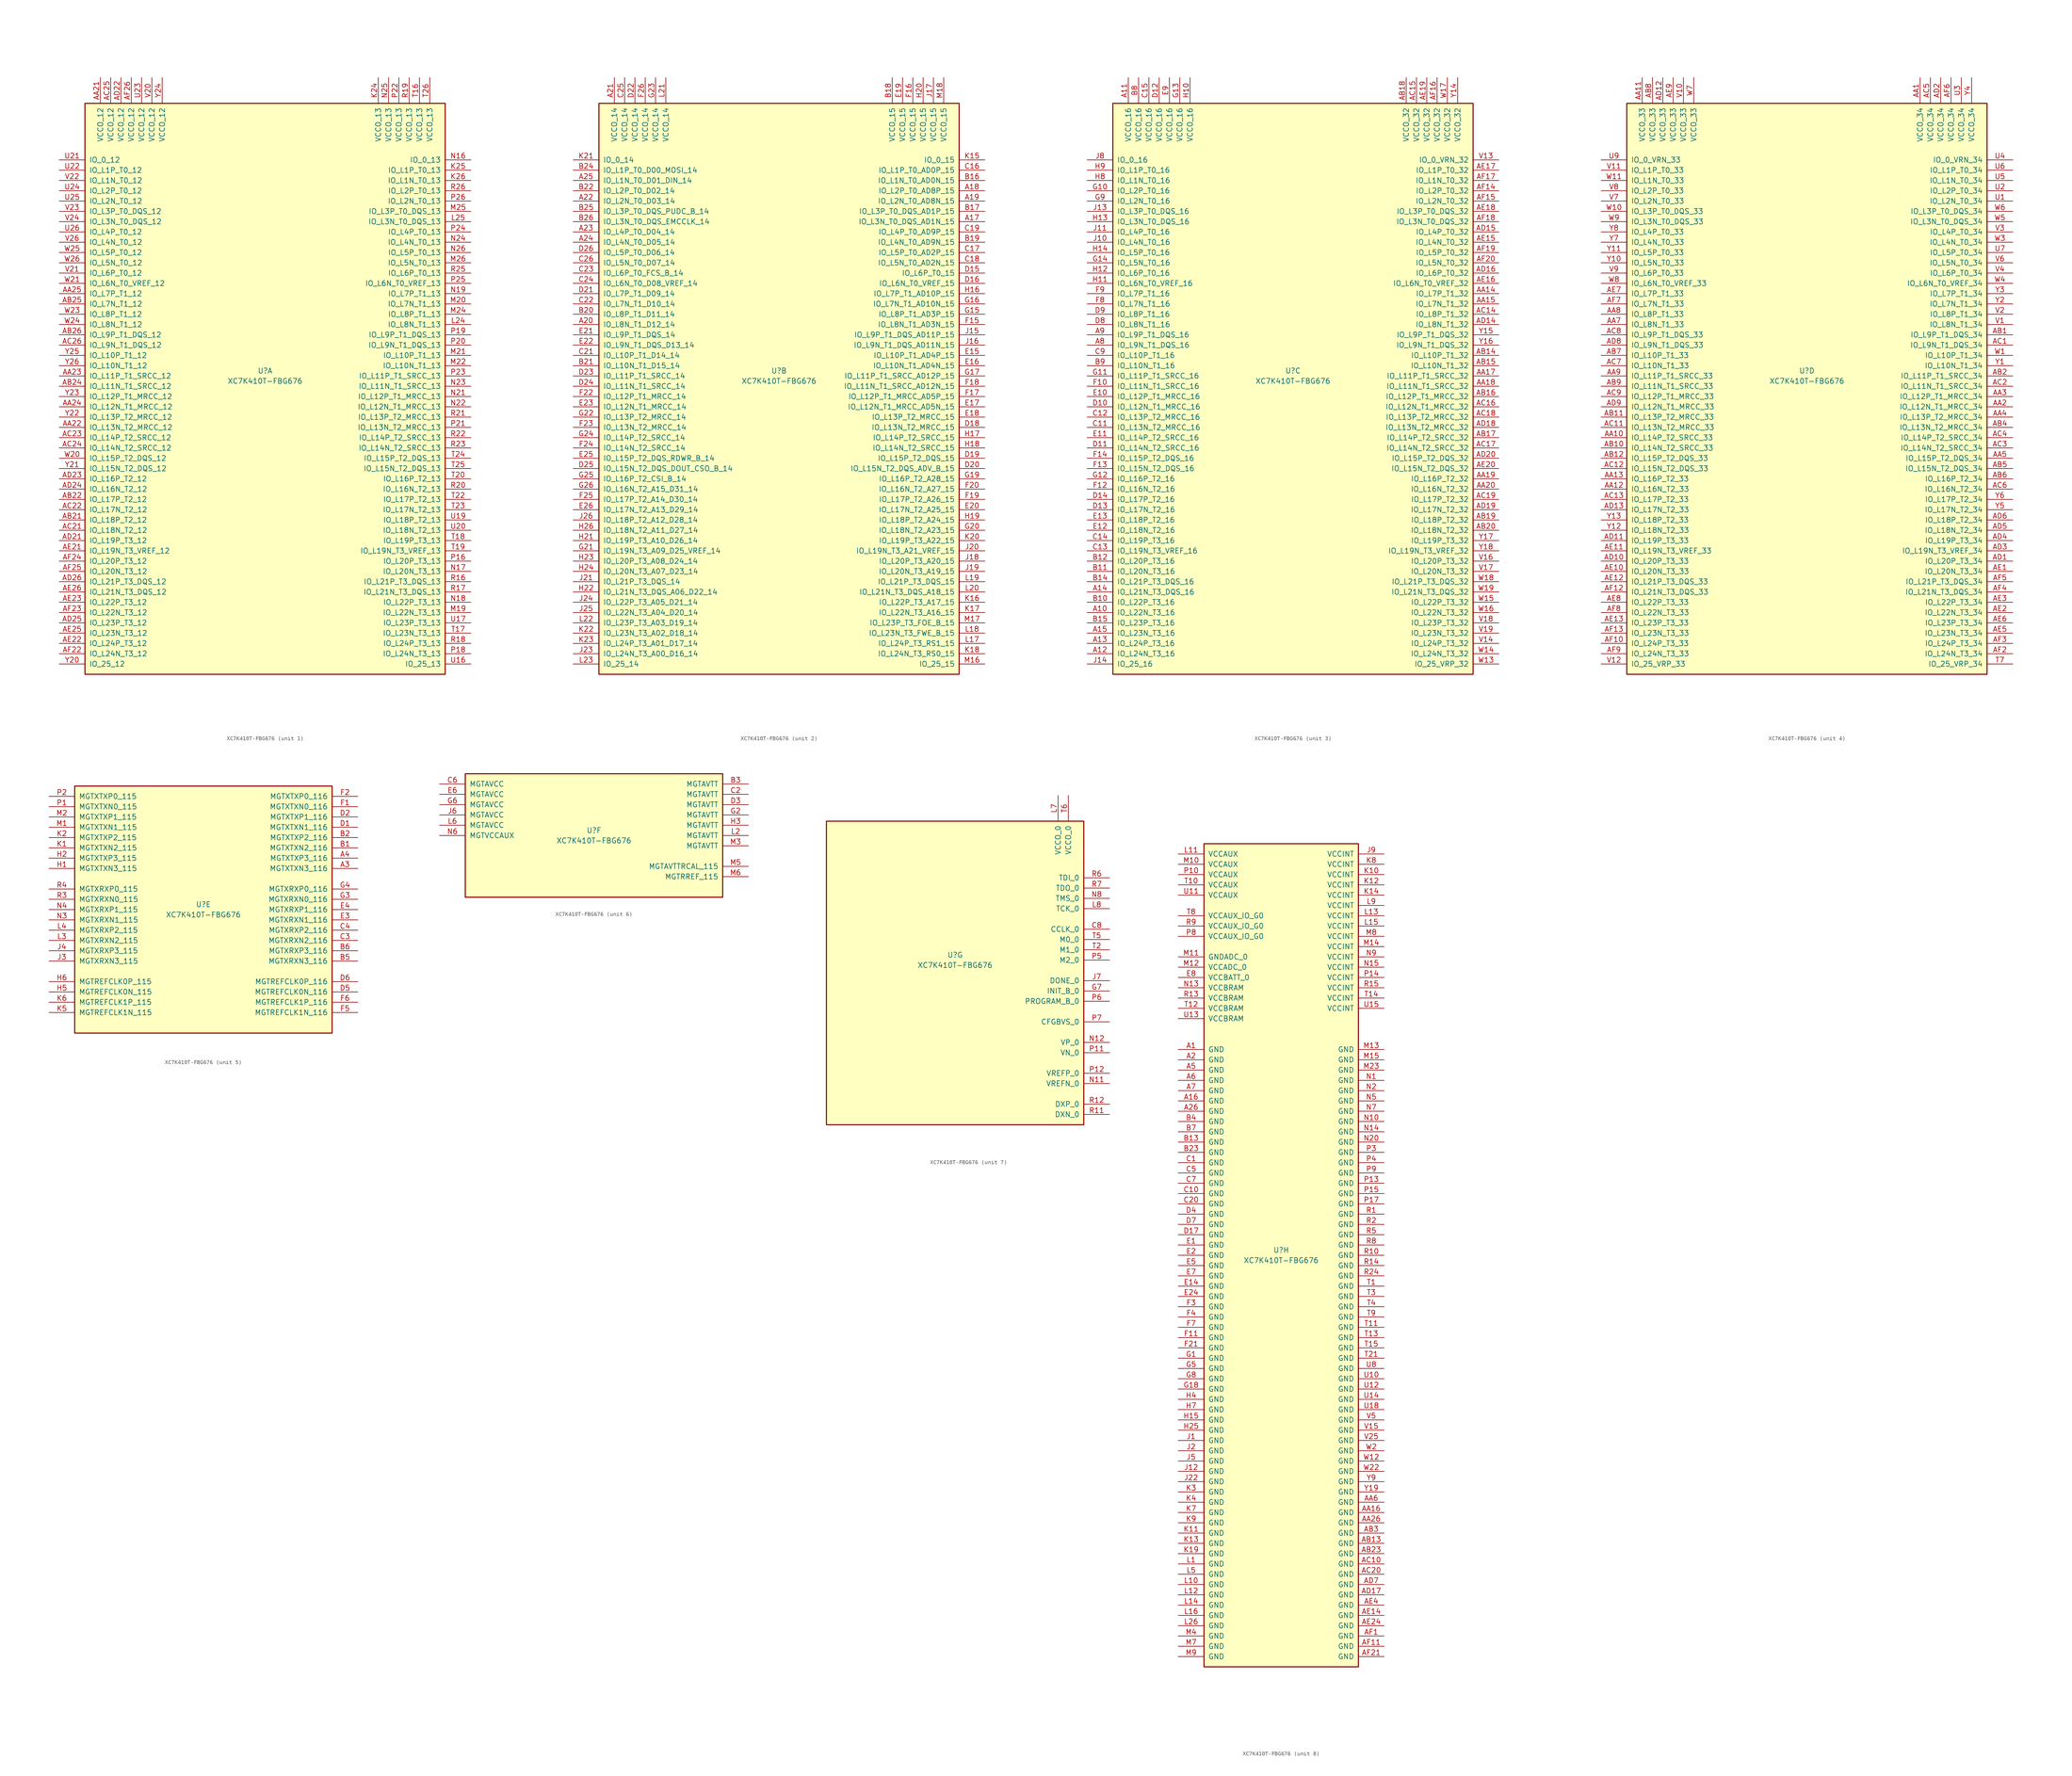
<source format=kicad_sym>
(kicad_symbol_lib
  (version 20201005)
  (generator kicad_symbol_editor)
  (symbol "XC7K410T-FBG676"
    (pin_names
      (offset 1.016))
    (property "Reference" "U"
      (at 0 1.27 0)
      (effects (font (size 1.27 1.27))))
    (property "Value" "XC7K410T-FBG676"
      (at 0 -1.27 0)
      (effects (font (size 1.27 1.27))))
    (property "Datasheet" ""
      (at 0 0 0)
      (effects (font (size 1.27 1.27))))
    (property "ki_locked" ""
      (at 0 0 0)
      (effects (font (size 1.27 1.27))))
    (symbol "XC7K410T-FBG676_1_1"
      (rectangle (start -44.45 67.31) (end 44.45 -73.66) (stroke (width 0.254)) (fill (type background)))
      (pin power_in line (at -40.64 73.66 270) (length 6.35) (name "VCCO_12" (effects (font (size 1.27 1.27)))) (number "AA21" (effects (font (size 1.27 1.27)))))
      (pin bidirectional line (at -50.8 -12.7 0) (length 6.35) (name "IO_L13N_T2_MRCC_12" (effects (font (size 1.27 1.27)))) (number "AA22" (effects (font (size 1.27 1.27)))))
      (pin bidirectional line (at -50.8 0 0) (length 6.35) (name "IO_L11P_T1_SRCC_12" (effects (font (size 1.27 1.27)))) (number "AA23" (effects (font (size 1.27 1.27)))))
      (pin bidirectional line (at -50.8 -7.62 0) (length 6.35) (name "IO_L12N_T1_MRCC_12" (effects (font (size 1.27 1.27)))) (number "AA24" (effects (font (size 1.27 1.27)))))
      (pin bidirectional line (at -50.8 20.32 0) (length 6.35) (name "IO_L7P_T1_12" (effects (font (size 1.27 1.27)))) (number "AA25" (effects (font (size 1.27 1.27)))))
      (pin bidirectional line (at -50.8 -35.56 0) (length 6.35) (name "IO_L18P_T2_12" (effects (font (size 1.27 1.27)))) (number "AB21" (effects (font (size 1.27 1.27)))))
      (pin bidirectional line (at -50.8 -30.48 0) (length 6.35) (name "IO_L17P_T2_12" (effects (font (size 1.27 1.27)))) (number "AB22" (effects (font (size 1.27 1.27)))))
      (pin bidirectional line (at -50.8 -2.54 0) (length 6.35) (name "IO_L11N_T1_SRCC_12" (effects (font (size 1.27 1.27)))) (number "AB24" (effects (font (size 1.27 1.27)))))
      (pin bidirectional line (at -50.8 17.78 0) (length 6.35) (name "IO_L7N_T1_12" (effects (font (size 1.27 1.27)))) (number "AB25" (effects (font (size 1.27 1.27)))))
      (pin bidirectional line (at -50.8 10.16 0) (length 6.35) (name "IO_L9P_T1_DQS_12" (effects (font (size 1.27 1.27)))) (number "AB26" (effects (font (size 1.27 1.27)))))
      (pin bidirectional line (at -50.8 -38.1 0) (length 6.35) (name "IO_L18N_T2_12" (effects (font (size 1.27 1.27)))) (number "AC21" (effects (font (size 1.27 1.27)))))
      (pin bidirectional line (at -50.8 -33.02 0) (length 6.35) (name "IO_L17N_T2_12" (effects (font (size 1.27 1.27)))) (number "AC22" (effects (font (size 1.27 1.27)))))
      (pin bidirectional line (at -50.8 -15.24 0) (length 6.35) (name "IO_L14P_T2_SRCC_12" (effects (font (size 1.27 1.27)))) (number "AC23" (effects (font (size 1.27 1.27)))))
      (pin bidirectional line (at -50.8 -17.78 0) (length 6.35) (name "IO_L14N_T2_SRCC_12" (effects (font (size 1.27 1.27)))) (number "AC24" (effects (font (size 1.27 1.27)))))
      (pin power_in line (at -38.1 73.66 270) (length 6.35) (name "VCCO_12" (effects (font (size 1.27 1.27)))) (number "AC25" (effects (font (size 1.27 1.27)))))
      (pin bidirectional line (at -50.8 7.62 0) (length 6.35) (name "IO_L9N_T1_DQS_12" (effects (font (size 1.27 1.27)))) (number "AC26" (effects (font (size 1.27 1.27)))))
      (pin bidirectional line (at -50.8 -40.64 0) (length 6.35) (name "IO_L19P_T3_12" (effects (font (size 1.27 1.27)))) (number "AD21" (effects (font (size 1.27 1.27)))))
      (pin power_in line (at -35.56 73.66 270) (length 6.35) (name "VCCO_12" (effects (font (size 1.27 1.27)))) (number "AD22" (effects (font (size 1.27 1.27)))))
      (pin bidirectional line (at -50.8 -25.4 0) (length 6.35) (name "IO_L16P_T2_12" (effects (font (size 1.27 1.27)))) (number "AD23" (effects (font (size 1.27 1.27)))))
      (pin bidirectional line (at -50.8 -27.94 0) (length 6.35) (name "IO_L16N_T2_12" (effects (font (size 1.27 1.27)))) (number "AD24" (effects (font (size 1.27 1.27)))))
      (pin bidirectional line (at -50.8 -60.96 0) (length 6.35) (name "IO_L23P_T3_12" (effects (font (size 1.27 1.27)))) (number "AD25" (effects (font (size 1.27 1.27)))))
      (pin bidirectional line (at -50.8 -50.8 0) (length 6.35) (name "IO_L21P_T3_DQS_12" (effects (font (size 1.27 1.27)))) (number "AD26" (effects (font (size 1.27 1.27)))))
      (pin bidirectional line (at -50.8 -43.18 0) (length 6.35) (name "IO_L19N_T3_VREF_12" (effects (font (size 1.27 1.27)))) (number "AE21" (effects (font (size 1.27 1.27)))))
      (pin bidirectional line (at -50.8 -66.04 0) (length 6.35) (name "IO_L24P_T3_12" (effects (font (size 1.27 1.27)))) (number "AE22" (effects (font (size 1.27 1.27)))))
      (pin bidirectional line (at -50.8 -55.88 0) (length 6.35) (name "IO_L22P_T3_12" (effects (font (size 1.27 1.27)))) (number "AE23" (effects (font (size 1.27 1.27)))))
      (pin bidirectional line (at -50.8 -63.5 0) (length 6.35) (name "IO_L23N_T3_12" (effects (font (size 1.27 1.27)))) (number "AE25" (effects (font (size 1.27 1.27)))))
      (pin bidirectional line (at -50.8 -53.34 0) (length 6.35) (name "IO_L21N_T3_DQS_12" (effects (font (size 1.27 1.27)))) (number "AE26" (effects (font (size 1.27 1.27)))))
      (pin bidirectional line (at -50.8 -68.58 0) (length 6.35) (name "IO_L24N_T3_12" (effects (font (size 1.27 1.27)))) (number "AF22" (effects (font (size 1.27 1.27)))))
      (pin bidirectional line (at -50.8 -58.42 0) (length 6.35) (name "IO_L22N_T3_12" (effects (font (size 1.27 1.27)))) (number "AF23" (effects (font (size 1.27 1.27)))))
      (pin bidirectional line (at -50.8 -45.72 0) (length 6.35) (name "IO_L20P_T3_12" (effects (font (size 1.27 1.27)))) (number "AF24" (effects (font (size 1.27 1.27)))))
      (pin bidirectional line (at -50.8 -48.26 0) (length 6.35) (name "IO_L20N_T3_12" (effects (font (size 1.27 1.27)))) (number "AF25" (effects (font (size 1.27 1.27)))))
      (pin power_in line (at -33.02 73.66 270) (length 6.35) (name "VCCO_12" (effects (font (size 1.27 1.27)))) (number "AF26" (effects (font (size 1.27 1.27)))))
      (pin power_in line (at 27.94 73.66 270) (length 6.35) (name "VCCO_13" (effects (font (size 1.27 1.27)))) (number "K24" (effects (font (size 1.27 1.27)))))
      (pin bidirectional line (at 50.8 50.8 180) (length 6.35) (name "IO_L1P_T0_13" (effects (font (size 1.27 1.27)))) (number "K25" (effects (font (size 1.27 1.27)))))
      (pin bidirectional line (at 50.8 48.26 180) (length 6.35) (name "IO_L1N_T0_13" (effects (font (size 1.27 1.27)))) (number "K26" (effects (font (size 1.27 1.27)))))
      (pin bidirectional line (at 50.8 12.7 180) (length 6.35) (name "IO_L8N_T1_13" (effects (font (size 1.27 1.27)))) (number "L24" (effects (font (size 1.27 1.27)))))
      (pin bidirectional line (at 50.8 38.1 180) (length 6.35) (name "IO_L3N_T0_DQS_13" (effects (font (size 1.27 1.27)))) (number "L25" (effects (font (size 1.27 1.27)))))
      (pin bidirectional line (at 50.8 -58.42 180) (length 6.35) (name "IO_L22N_T3_13" (effects (font (size 1.27 1.27)))) (number "M19" (effects (font (size 1.27 1.27)))))
      (pin bidirectional line (at 50.8 17.78 180) (length 6.35) (name "IO_L7N_T1_13" (effects (font (size 1.27 1.27)))) (number "M20" (effects (font (size 1.27 1.27)))))
      (pin bidirectional line (at 50.8 5.08 180) (length 6.35) (name "IO_L10P_T1_13" (effects (font (size 1.27 1.27)))) (number "M21" (effects (font (size 1.27 1.27)))))
      (pin bidirectional line (at 50.8 2.54 180) (length 6.35) (name "IO_L10N_T1_13" (effects (font (size 1.27 1.27)))) (number "M22" (effects (font (size 1.27 1.27)))))
      (pin bidirectional line (at 50.8 15.24 180) (length 6.35) (name "IO_L8P_T1_13" (effects (font (size 1.27 1.27)))) (number "M24" (effects (font (size 1.27 1.27)))))
      (pin bidirectional line (at 50.8 40.64 180) (length 6.35) (name "IO_L3P_T0_DQS_13" (effects (font (size 1.27 1.27)))) (number "M25" (effects (font (size 1.27 1.27)))))
      (pin bidirectional line (at 50.8 27.94 180) (length 6.35) (name "IO_L5N_T0_13" (effects (font (size 1.27 1.27)))) (number "M26" (effects (font (size 1.27 1.27)))))
      (pin bidirectional line (at 50.8 53.34 180) (length 6.35) (name "IO_0_13" (effects (font (size 1.27 1.27)))) (number "N16" (effects (font (size 1.27 1.27)))))
      (pin bidirectional line (at 50.8 -48.26 180) (length 6.35) (name "IO_L20N_T3_13" (effects (font (size 1.27 1.27)))) (number "N17" (effects (font (size 1.27 1.27)))))
      (pin bidirectional line (at 50.8 -55.88 180) (length 6.35) (name "IO_L22P_T3_13" (effects (font (size 1.27 1.27)))) (number "N18" (effects (font (size 1.27 1.27)))))
      (pin bidirectional line (at 50.8 20.32 180) (length 6.35) (name "IO_L7P_T1_13" (effects (font (size 1.27 1.27)))) (number "N19" (effects (font (size 1.27 1.27)))))
      (pin bidirectional line (at 50.8 -5.08 180) (length 6.35) (name "IO_L12P_T1_MRCC_13" (effects (font (size 1.27 1.27)))) (number "N21" (effects (font (size 1.27 1.27)))))
      (pin bidirectional line (at 50.8 -7.62 180) (length 6.35) (name "IO_L12N_T1_MRCC_13" (effects (font (size 1.27 1.27)))) (number "N22" (effects (font (size 1.27 1.27)))))
      (pin bidirectional line (at 50.8 -2.54 180) (length 6.35) (name "IO_L11N_T1_SRCC_13" (effects (font (size 1.27 1.27)))) (number "N23" (effects (font (size 1.27 1.27)))))
      (pin bidirectional line (at 50.8 33.02 180) (length 6.35) (name "IO_L4N_T0_13" (effects (font (size 1.27 1.27)))) (number "N24" (effects (font (size 1.27 1.27)))))
      (pin power_in line (at 30.48 73.66 270) (length 6.35) (name "VCCO_13" (effects (font (size 1.27 1.27)))) (number "N25" (effects (font (size 1.27 1.27)))))
      (pin bidirectional line (at 50.8 30.48 180) (length 6.35) (name "IO_L5P_T0_13" (effects (font (size 1.27 1.27)))) (number "N26" (effects (font (size 1.27 1.27)))))
      (pin bidirectional line (at 50.8 -45.72 180) (length 6.35) (name "IO_L20P_T3_13" (effects (font (size 1.27 1.27)))) (number "P16" (effects (font (size 1.27 1.27)))))
      (pin bidirectional line (at 50.8 -68.58 180) (length 6.35) (name "IO_L24N_T3_13" (effects (font (size 1.27 1.27)))) (number "P18" (effects (font (size 1.27 1.27)))))
      (pin bidirectional line (at 50.8 10.16 180) (length 6.35) (name "IO_L9P_T1_DQS_13" (effects (font (size 1.27 1.27)))) (number "P19" (effects (font (size 1.27 1.27)))))
      (pin bidirectional line (at 50.8 7.62 180) (length 6.35) (name "IO_L9N_T1_DQS_13" (effects (font (size 1.27 1.27)))) (number "P20" (effects (font (size 1.27 1.27)))))
      (pin bidirectional line (at 50.8 -12.7 180) (length 6.35) (name "IO_L13N_T2_MRCC_13" (effects (font (size 1.27 1.27)))) (number "P21" (effects (font (size 1.27 1.27)))))
      (pin power_in line (at 33.02 73.66 270) (length 6.35) (name "VCCO_13" (effects (font (size 1.27 1.27)))) (number "P22" (effects (font (size 1.27 1.27)))))
      (pin bidirectional line (at 50.8 0 180) (length 6.35) (name "IO_L11P_T1_SRCC_13" (effects (font (size 1.27 1.27)))) (number "P23" (effects (font (size 1.27 1.27)))))
      (pin bidirectional line (at 50.8 35.56 180) (length 6.35) (name "IO_L4P_T0_13" (effects (font (size 1.27 1.27)))) (number "P24" (effects (font (size 1.27 1.27)))))
      (pin bidirectional line (at 50.8 22.86 180) (length 6.35) (name "IO_L6N_T0_VREF_13" (effects (font (size 1.27 1.27)))) (number "P25" (effects (font (size 1.27 1.27)))))
      (pin bidirectional line (at 50.8 43.18 180) (length 6.35) (name "IO_L2N_T0_13" (effects (font (size 1.27 1.27)))) (number "P26" (effects (font (size 1.27 1.27)))))
      (pin bidirectional line (at 50.8 -50.8 180) (length 6.35) (name "IO_L21P_T3_DQS_13" (effects (font (size 1.27 1.27)))) (number "R16" (effects (font (size 1.27 1.27)))))
      (pin bidirectional line (at 50.8 -53.34 180) (length 6.35) (name "IO_L21N_T3_DQS_13" (effects (font (size 1.27 1.27)))) (number "R17" (effects (font (size 1.27 1.27)))))
      (pin bidirectional line (at 50.8 -66.04 180) (length 6.35) (name "IO_L24P_T3_13" (effects (font (size 1.27 1.27)))) (number "R18" (effects (font (size 1.27 1.27)))))
      (pin power_in line (at 35.56 73.66 270) (length 6.35) (name "VCCO_13" (effects (font (size 1.27 1.27)))) (number "R19" (effects (font (size 1.27 1.27)))))
      (pin bidirectional line (at 50.8 -27.94 180) (length 6.35) (name "IO_L16N_T2_13" (effects (font (size 1.27 1.27)))) (number "R20" (effects (font (size 1.27 1.27)))))
      (pin bidirectional line (at 50.8 -10.16 180) (length 6.35) (name "IO_L13P_T2_MRCC_13" (effects (font (size 1.27 1.27)))) (number "R21" (effects (font (size 1.27 1.27)))))
      (pin bidirectional line (at 50.8 -15.24 180) (length 6.35) (name "IO_L14P_T2_SRCC_13" (effects (font (size 1.27 1.27)))) (number "R22" (effects (font (size 1.27 1.27)))))
      (pin bidirectional line (at 50.8 -17.78 180) (length 6.35) (name "IO_L14N_T2_SRCC_13" (effects (font (size 1.27 1.27)))) (number "R23" (effects (font (size 1.27 1.27)))))
      (pin bidirectional line (at 50.8 25.4 180) (length 6.35) (name "IO_L6P_T0_13" (effects (font (size 1.27 1.27)))) (number "R25" (effects (font (size 1.27 1.27)))))
      (pin bidirectional line (at 50.8 45.72 180) (length 6.35) (name "IO_L2P_T0_13" (effects (font (size 1.27 1.27)))) (number "R26" (effects (font (size 1.27 1.27)))))
      (pin power_in line (at 38.1 73.66 270) (length 6.35) (name "VCCO_13" (effects (font (size 1.27 1.27)))) (number "T16" (effects (font (size 1.27 1.27)))))
      (pin bidirectional line (at 50.8 -63.5 180) (length 6.35) (name "IO_L23N_T3_13" (effects (font (size 1.27 1.27)))) (number "T17" (effects (font (size 1.27 1.27)))))
      (pin bidirectional line (at 50.8 -40.64 180) (length 6.35) (name "IO_L19P_T3_13" (effects (font (size 1.27 1.27)))) (number "T18" (effects (font (size 1.27 1.27)))))
      (pin bidirectional line (at 50.8 -43.18 180) (length 6.35) (name "IO_L19N_T3_VREF_13" (effects (font (size 1.27 1.27)))) (number "T19" (effects (font (size 1.27 1.27)))))
      (pin bidirectional line (at 50.8 -25.4 180) (length 6.35) (name "IO_L16P_T2_13" (effects (font (size 1.27 1.27)))) (number "T20" (effects (font (size 1.27 1.27)))))
      (pin bidirectional line (at 50.8 -30.48 180) (length 6.35) (name "IO_L17P_T2_13" (effects (font (size 1.27 1.27)))) (number "T22" (effects (font (size 1.27 1.27)))))
      (pin bidirectional line (at 50.8 -33.02 180) (length 6.35) (name "IO_L17N_T2_13" (effects (font (size 1.27 1.27)))) (number "T23" (effects (font (size 1.27 1.27)))))
      (pin bidirectional line (at 50.8 -20.32 180) (length 6.35) (name "IO_L15P_T2_DQS_13" (effects (font (size 1.27 1.27)))) (number "T24" (effects (font (size 1.27 1.27)))))
      (pin bidirectional line (at 50.8 -22.86 180) (length 6.35) (name "IO_L15N_T2_DQS_13" (effects (font (size 1.27 1.27)))) (number "T25" (effects (font (size 1.27 1.27)))))
      (pin power_in line (at 40.64 73.66 270) (length 6.35) (name "VCCO_13" (effects (font (size 1.27 1.27)))) (number "T26" (effects (font (size 1.27 1.27)))))
      (pin bidirectional line (at 50.8 -71.12 180) (length 6.35) (name "IO_25_13" (effects (font (size 1.27 1.27)))) (number "U16" (effects (font (size 1.27 1.27)))))
      (pin bidirectional line (at 50.8 -60.96 180) (length 6.35) (name "IO_L23P_T3_13" (effects (font (size 1.27 1.27)))) (number "U17" (effects (font (size 1.27 1.27)))))
      (pin bidirectional line (at 50.8 -35.56 180) (length 6.35) (name "IO_L18P_T2_13" (effects (font (size 1.27 1.27)))) (number "U19" (effects (font (size 1.27 1.27)))))
      (pin bidirectional line (at 50.8 -38.1 180) (length 6.35) (name "IO_L18N_T2_13" (effects (font (size 1.27 1.27)))) (number "U20" (effects (font (size 1.27 1.27)))))
      (pin bidirectional line (at -50.8 53.34 0) (length 6.35) (name "IO_0_12" (effects (font (size 1.27 1.27)))) (number "U21" (effects (font (size 1.27 1.27)))))
      (pin bidirectional line (at -50.8 50.8 0) (length 6.35) (name "IO_L1P_T0_12" (effects (font (size 1.27 1.27)))) (number "U22" (effects (font (size 1.27 1.27)))))
      (pin power_in line (at -30.48 73.66 270) (length 6.35) (name "VCCO_12" (effects (font (size 1.27 1.27)))) (number "U23" (effects (font (size 1.27 1.27)))))
      (pin bidirectional line (at -50.8 45.72 0) (length 6.35) (name "IO_L2P_T0_12" (effects (font (size 1.27 1.27)))) (number "U24" (effects (font (size 1.27 1.27)))))
      (pin bidirectional line (at -50.8 43.18 0) (length 6.35) (name "IO_L2N_T0_12" (effects (font (size 1.27 1.27)))) (number "U25" (effects (font (size 1.27 1.27)))))
      (pin bidirectional line (at -50.8 35.56 0) (length 6.35) (name "IO_L4P_T0_12" (effects (font (size 1.27 1.27)))) (number "U26" (effects (font (size 1.27 1.27)))))
      (pin power_in line (at -27.94 73.66 270) (length 6.35) (name "VCCO_12" (effects (font (size 1.27 1.27)))) (number "V20" (effects (font (size 1.27 1.27)))))
      (pin bidirectional line (at -50.8 25.4 0) (length 6.35) (name "IO_L6P_T0_12" (effects (font (size 1.27 1.27)))) (number "V21" (effects (font (size 1.27 1.27)))))
      (pin bidirectional line (at -50.8 48.26 0) (length 6.35) (name "IO_L1N_T0_12" (effects (font (size 1.27 1.27)))) (number "V22" (effects (font (size 1.27 1.27)))))
      (pin bidirectional line (at -50.8 40.64 0) (length 6.35) (name "IO_L3P_T0_DQS_12" (effects (font (size 1.27 1.27)))) (number "V23" (effects (font (size 1.27 1.27)))))
      (pin bidirectional line (at -50.8 38.1 0) (length 6.35) (name "IO_L3N_T0_DQS_12" (effects (font (size 1.27 1.27)))) (number "V24" (effects (font (size 1.27 1.27)))))
      (pin bidirectional line (at -50.8 33.02 0) (length 6.35) (name "IO_L4N_T0_12" (effects (font (size 1.27 1.27)))) (number "V26" (effects (font (size 1.27 1.27)))))
      (pin bidirectional line (at -50.8 -20.32 0) (length 6.35) (name "IO_L15P_T2_DQS_12" (effects (font (size 1.27 1.27)))) (number "W20" (effects (font (size 1.27 1.27)))))
      (pin bidirectional line (at -50.8 22.86 0) (length 6.35) (name "IO_L6N_T0_VREF_12" (effects (font (size 1.27 1.27)))) (number "W21" (effects (font (size 1.27 1.27)))))
      (pin bidirectional line (at -50.8 15.24 0) (length 6.35) (name "IO_L8P_T1_12" (effects (font (size 1.27 1.27)))) (number "W23" (effects (font (size 1.27 1.27)))))
      (pin bidirectional line (at -50.8 12.7 0) (length 6.35) (name "IO_L8N_T1_12" (effects (font (size 1.27 1.27)))) (number "W24" (effects (font (size 1.27 1.27)))))
      (pin bidirectional line (at -50.8 30.48 0) (length 6.35) (name "IO_L5P_T0_12" (effects (font (size 1.27 1.27)))) (number "W25" (effects (font (size 1.27 1.27)))))
      (pin bidirectional line (at -50.8 27.94 0) (length 6.35) (name "IO_L5N_T0_12" (effects (font (size 1.27 1.27)))) (number "W26" (effects (font (size 1.27 1.27)))))
      (pin bidirectional line (at -50.8 -71.12 0) (length 6.35) (name "IO_25_12" (effects (font (size 1.27 1.27)))) (number "Y20" (effects (font (size 1.27 1.27)))))
      (pin bidirectional line (at -50.8 -22.86 0) (length 6.35) (name "IO_L15N_T2_DQS_12" (effects (font (size 1.27 1.27)))) (number "Y21" (effects (font (size 1.27 1.27)))))
      (pin bidirectional line (at -50.8 -10.16 0) (length 6.35) (name "IO_L13P_T2_MRCC_12" (effects (font (size 1.27 1.27)))) (number "Y22" (effects (font (size 1.27 1.27)))))
      (pin bidirectional line (at -50.8 -5.08 0) (length 6.35) (name "IO_L12P_T1_MRCC_12" (effects (font (size 1.27 1.27)))) (number "Y23" (effects (font (size 1.27 1.27)))))
      (pin power_in line (at -25.4 73.66 270) (length 6.35) (name "VCCO_12" (effects (font (size 1.27 1.27)))) (number "Y24" (effects (font (size 1.27 1.27)))))
      (pin bidirectional line (at -50.8 5.08 0) (length 6.35) (name "IO_L10P_T1_12" (effects (font (size 1.27 1.27)))) (number "Y25" (effects (font (size 1.27 1.27)))))
      (pin bidirectional line (at -50.8 2.54 0) (length 6.35) (name "IO_L10N_T1_12" (effects (font (size 1.27 1.27)))) (number "Y26" (effects (font (size 1.27 1.27))))))
    (symbol "XC7K410T-FBG676_2_1"
      (rectangle (start -44.45 67.31) (end 44.45 -73.66) (stroke (width 0.254)) (fill (type background)))
      (pin bidirectional line (at 50.8 38.1 180) (length 6.35) (name "IO_L3N_T0_DQS_AD1N_15" (effects (font (size 1.27 1.27)))) (number "A17" (effects (font (size 1.27 1.27)))))
      (pin bidirectional line (at 50.8 45.72 180) (length 6.35) (name "IO_L2P_T0_AD8P_15" (effects (font (size 1.27 1.27)))) (number "A18" (effects (font (size 1.27 1.27)))))
      (pin bidirectional line (at 50.8 43.18 180) (length 6.35) (name "IO_L2N_T0_AD8N_15" (effects (font (size 1.27 1.27)))) (number "A19" (effects (font (size 1.27 1.27)))))
      (pin bidirectional line (at -50.8 12.7 0) (length 6.35) (name "IO_L8N_T1_D12_14" (effects (font (size 1.27 1.27)))) (number "A20" (effects (font (size 1.27 1.27)))))
      (pin power_in line (at -40.64 73.66 270) (length 6.35) (name "VCCO_14" (effects (font (size 1.27 1.27)))) (number "A21" (effects (font (size 1.27 1.27)))))
      (pin bidirectional line (at -50.8 43.18 0) (length 6.35) (name "IO_L2N_T0_D03_14" (effects (font (size 1.27 1.27)))) (number "A22" (effects (font (size 1.27 1.27)))))
      (pin bidirectional line (at -50.8 35.56 0) (length 6.35) (name "IO_L4P_T0_D04_14" (effects (font (size 1.27 1.27)))) (number "A23" (effects (font (size 1.27 1.27)))))
      (pin bidirectional line (at -50.8 33.02 0) (length 6.35) (name "IO_L4N_T0_D05_14" (effects (font (size 1.27 1.27)))) (number "A24" (effects (font (size 1.27 1.27)))))
      (pin bidirectional line (at -50.8 48.26 0) (length 6.35) (name "IO_L1N_T0_D01_DIN_14" (effects (font (size 1.27 1.27)))) (number "A25" (effects (font (size 1.27 1.27)))))
      (pin bidirectional line (at 50.8 48.26 180) (length 6.35) (name "IO_L1N_T0_AD0N_15" (effects (font (size 1.27 1.27)))) (number "B16" (effects (font (size 1.27 1.27)))))
      (pin bidirectional line (at 50.8 40.64 180) (length 6.35) (name "IO_L3P_T0_DQS_AD1P_15" (effects (font (size 1.27 1.27)))) (number "B17" (effects (font (size 1.27 1.27)))))
      (pin power_in line (at 27.94 73.66 270) (length 6.35) (name "VCCO_15" (effects (font (size 1.27 1.27)))) (number "B18" (effects (font (size 1.27 1.27)))))
      (pin bidirectional line (at 50.8 33.02 180) (length 6.35) (name "IO_L4N_T0_AD9N_15" (effects (font (size 1.27 1.27)))) (number "B19" (effects (font (size 1.27 1.27)))))
      (pin bidirectional line (at -50.8 15.24 0) (length 6.35) (name "IO_L8P_T1_D11_14" (effects (font (size 1.27 1.27)))) (number "B20" (effects (font (size 1.27 1.27)))))
      (pin bidirectional line (at -50.8 2.54 0) (length 6.35) (name "IO_L10N_T1_D15_14" (effects (font (size 1.27 1.27)))) (number "B21" (effects (font (size 1.27 1.27)))))
      (pin bidirectional line (at -50.8 45.72 0) (length 6.35) (name "IO_L2P_T0_D02_14" (effects (font (size 1.27 1.27)))) (number "B22" (effects (font (size 1.27 1.27)))))
      (pin bidirectional line (at -50.8 50.8 0) (length 6.35) (name "IO_L1P_T0_D00_MOSI_14" (effects (font (size 1.27 1.27)))) (number "B24" (effects (font (size 1.27 1.27)))))
      (pin bidirectional line (at -50.8 40.64 0) (length 6.35) (name "IO_L3P_T0_DQS_PUDC_B_14" (effects (font (size 1.27 1.27)))) (number "B25" (effects (font (size 1.27 1.27)))))
      (pin bidirectional line (at -50.8 38.1 0) (length 6.35) (name "IO_L3N_T0_DQS_EMCCLK_14" (effects (font (size 1.27 1.27)))) (number "B26" (effects (font (size 1.27 1.27)))))
      (pin bidirectional line (at 50.8 50.8 180) (length 6.35) (name "IO_L1P_T0_AD0P_15" (effects (font (size 1.27 1.27)))) (number "C16" (effects (font (size 1.27 1.27)))))
      (pin bidirectional line (at 50.8 30.48 180) (length 6.35) (name "IO_L5P_T0_AD2P_15" (effects (font (size 1.27 1.27)))) (number "C17" (effects (font (size 1.27 1.27)))))
      (pin bidirectional line (at 50.8 27.94 180) (length 6.35) (name "IO_L5N_T0_AD2N_15" (effects (font (size 1.27 1.27)))) (number "C18" (effects (font (size 1.27 1.27)))))
      (pin bidirectional line (at 50.8 35.56 180) (length 6.35) (name "IO_L4P_T0_AD9P_15" (effects (font (size 1.27 1.27)))) (number "C19" (effects (font (size 1.27 1.27)))))
      (pin bidirectional line (at -50.8 5.08 0) (length 6.35) (name "IO_L10P_T1_D14_14" (effects (font (size 1.27 1.27)))) (number "C21" (effects (font (size 1.27 1.27)))))
      (pin bidirectional line (at -50.8 17.78 0) (length 6.35) (name "IO_L7N_T1_D10_14" (effects (font (size 1.27 1.27)))) (number "C22" (effects (font (size 1.27 1.27)))))
      (pin bidirectional line (at -50.8 25.4 0) (length 6.35) (name "IO_L6P_T0_FCS_B_14" (effects (font (size 1.27 1.27)))) (number "C23" (effects (font (size 1.27 1.27)))))
      (pin bidirectional line (at -50.8 22.86 0) (length 6.35) (name "IO_L6N_T0_D08_VREF_14" (effects (font (size 1.27 1.27)))) (number "C24" (effects (font (size 1.27 1.27)))))
      (pin power_in line (at -38.1 73.66 270) (length 6.35) (name "VCCO_14" (effects (font (size 1.27 1.27)))) (number "C25" (effects (font (size 1.27 1.27)))))
      (pin bidirectional line (at -50.8 27.94 0) (length 6.35) (name "IO_L5N_T0_D07_14" (effects (font (size 1.27 1.27)))) (number "C26" (effects (font (size 1.27 1.27)))))
      (pin bidirectional line (at 50.8 25.4 180) (length 6.35) (name "IO_L6P_T0_15" (effects (font (size 1.27 1.27)))) (number "D15" (effects (font (size 1.27 1.27)))))
      (pin bidirectional line (at 50.8 22.86 180) (length 6.35) (name "IO_L6N_T0_VREF_15" (effects (font (size 1.27 1.27)))) (number "D16" (effects (font (size 1.27 1.27)))))
      (pin bidirectional line (at 50.8 -12.7 180) (length 6.35) (name "IO_L13N_T2_MRCC_15" (effects (font (size 1.27 1.27)))) (number "D18" (effects (font (size 1.27 1.27)))))
      (pin bidirectional line (at 50.8 -20.32 180) (length 6.35) (name "IO_L15P_T2_DQS_15" (effects (font (size 1.27 1.27)))) (number "D19" (effects (font (size 1.27 1.27)))))
      (pin bidirectional line (at 50.8 -22.86 180) (length 6.35) (name "IO_L15N_T2_DQS_ADV_B_15" (effects (font (size 1.27 1.27)))) (number "D20" (effects (font (size 1.27 1.27)))))
      (pin bidirectional line (at -50.8 20.32 0) (length 6.35) (name "IO_L7P_T1_D09_14" (effects (font (size 1.27 1.27)))) (number "D21" (effects (font (size 1.27 1.27)))))
      (pin power_in line (at -35.56 73.66 270) (length 6.35) (name "VCCO_14" (effects (font (size 1.27 1.27)))) (number "D22" (effects (font (size 1.27 1.27)))))
      (pin bidirectional line (at -50.8 0 0) (length 6.35) (name "IO_L11P_T1_SRCC_14" (effects (font (size 1.27 1.27)))) (number "D23" (effects (font (size 1.27 1.27)))))
      (pin bidirectional line (at -50.8 -2.54 0) (length 6.35) (name "IO_L11N_T1_SRCC_14" (effects (font (size 1.27 1.27)))) (number "D24" (effects (font (size 1.27 1.27)))))
      (pin bidirectional line (at -50.8 -22.86 0) (length 6.35) (name "IO_L15N_T2_DQS_DOUT_CSO_B_14" (effects (font (size 1.27 1.27)))) (number "D25" (effects (font (size 1.27 1.27)))))
      (pin bidirectional line (at -50.8 30.48 0) (length 6.35) (name "IO_L5P_T0_D06_14" (effects (font (size 1.27 1.27)))) (number "D26" (effects (font (size 1.27 1.27)))))
      (pin bidirectional line (at 50.8 5.08 180) (length 6.35) (name "IO_L10P_T1_AD4P_15" (effects (font (size 1.27 1.27)))) (number "E15" (effects (font (size 1.27 1.27)))))
      (pin bidirectional line (at 50.8 2.54 180) (length 6.35) (name "IO_L10N_T1_AD4N_15" (effects (font (size 1.27 1.27)))) (number "E16" (effects (font (size 1.27 1.27)))))
      (pin bidirectional line (at 50.8 -7.62 180) (length 6.35) (name "IO_L12N_T1_MRCC_AD5N_15" (effects (font (size 1.27 1.27)))) (number "E17" (effects (font (size 1.27 1.27)))))
      (pin bidirectional line (at 50.8 -10.16 180) (length 6.35) (name "IO_L13P_T2_MRCC_15" (effects (font (size 1.27 1.27)))) (number "E18" (effects (font (size 1.27 1.27)))))
      (pin power_in line (at 30.48 73.66 270) (length 6.35) (name "VCCO_15" (effects (font (size 1.27 1.27)))) (number "E19" (effects (font (size 1.27 1.27)))))
      (pin bidirectional line (at 50.8 -33.02 180) (length 6.35) (name "IO_L17N_T2_A25_15" (effects (font (size 1.27 1.27)))) (number "E20" (effects (font (size 1.27 1.27)))))
      (pin bidirectional line (at -50.8 10.16 0) (length 6.35) (name "IO_L9P_T1_DQS_14" (effects (font (size 1.27 1.27)))) (number "E21" (effects (font (size 1.27 1.27)))))
      (pin bidirectional line (at -50.8 7.62 0) (length 6.35) (name "IO_L9N_T1_DQS_D13_14" (effects (font (size 1.27 1.27)))) (number "E22" (effects (font (size 1.27 1.27)))))
      (pin bidirectional line (at -50.8 -7.62 0) (length 6.35) (name "IO_L12N_T1_MRCC_14" (effects (font (size 1.27 1.27)))) (number "E23" (effects (font (size 1.27 1.27)))))
      (pin bidirectional line (at -50.8 -20.32 0) (length 6.35) (name "IO_L15P_T2_DQS_RDWR_B_14" (effects (font (size 1.27 1.27)))) (number "E25" (effects (font (size 1.27 1.27)))))
      (pin bidirectional line (at -50.8 -33.02 0) (length 6.35) (name "IO_L17N_T2_A13_D29_14" (effects (font (size 1.27 1.27)))) (number "E26" (effects (font (size 1.27 1.27)))))
      (pin bidirectional line (at 50.8 12.7 180) (length 6.35) (name "IO_L8N_T1_AD3N_15" (effects (font (size 1.27 1.27)))) (number "F15" (effects (font (size 1.27 1.27)))))
      (pin power_in line (at 33.02 73.66 270) (length 6.35) (name "VCCO_15" (effects (font (size 1.27 1.27)))) (number "F16" (effects (font (size 1.27 1.27)))))
      (pin bidirectional line (at 50.8 -5.08 180) (length 6.35) (name "IO_L12P_T1_MRCC_AD5P_15" (effects (font (size 1.27 1.27)))) (number "F17" (effects (font (size 1.27 1.27)))))
      (pin bidirectional line (at 50.8 -2.54 180) (length 6.35) (name "IO_L11N_T1_SRCC_AD12N_15" (effects (font (size 1.27 1.27)))) (number "F18" (effects (font (size 1.27 1.27)))))
      (pin bidirectional line (at 50.8 -30.48 180) (length 6.35) (name "IO_L17P_T2_A26_15" (effects (font (size 1.27 1.27)))) (number "F19" (effects (font (size 1.27 1.27)))))
      (pin bidirectional line (at 50.8 -27.94 180) (length 6.35) (name "IO_L16N_T2_A27_15" (effects (font (size 1.27 1.27)))) (number "F20" (effects (font (size 1.27 1.27)))))
      (pin bidirectional line (at -50.8 -5.08 0) (length 6.35) (name "IO_L12P_T1_MRCC_14" (effects (font (size 1.27 1.27)))) (number "F22" (effects (font (size 1.27 1.27)))))
      (pin bidirectional line (at -50.8 -12.7 0) (length 6.35) (name "IO_L13N_T2_MRCC_14" (effects (font (size 1.27 1.27)))) (number "F23" (effects (font (size 1.27 1.27)))))
      (pin bidirectional line (at -50.8 -17.78 0) (length 6.35) (name "IO_L14N_T2_SRCC_14" (effects (font (size 1.27 1.27)))) (number "F24" (effects (font (size 1.27 1.27)))))
      (pin bidirectional line (at -50.8 -30.48 0) (length 6.35) (name "IO_L17P_T2_A14_D30_14" (effects (font (size 1.27 1.27)))) (number "F25" (effects (font (size 1.27 1.27)))))
      (pin power_in line (at -33.02 73.66 270) (length 6.35) (name "VCCO_14" (effects (font (size 1.27 1.27)))) (number "F26" (effects (font (size 1.27 1.27)))))
      (pin bidirectional line (at 50.8 15.24 180) (length 6.35) (name "IO_L8P_T1_AD3P_15" (effects (font (size 1.27 1.27)))) (number "G15" (effects (font (size 1.27 1.27)))))
      (pin bidirectional line (at 50.8 17.78 180) (length 6.35) (name "IO_L7N_T1_AD10N_15" (effects (font (size 1.27 1.27)))) (number "G16" (effects (font (size 1.27 1.27)))))
      (pin bidirectional line (at 50.8 0 180) (length 6.35) (name "IO_L11P_T1_SRCC_AD12P_15" (effects (font (size 1.27 1.27)))) (number "G17" (effects (font (size 1.27 1.27)))))
      (pin bidirectional line (at 50.8 -25.4 180) (length 6.35) (name "IO_L16P_T2_A28_15" (effects (font (size 1.27 1.27)))) (number "G19" (effects (font (size 1.27 1.27)))))
      (pin bidirectional line (at 50.8 -38.1 180) (length 6.35) (name "IO_L18N_T2_A23_15" (effects (font (size 1.27 1.27)))) (number "G20" (effects (font (size 1.27 1.27)))))
      (pin bidirectional line (at -50.8 -43.18 0) (length 6.35) (name "IO_L19N_T3_A09_D25_VREF_14" (effects (font (size 1.27 1.27)))) (number "G21" (effects (font (size 1.27 1.27)))))
      (pin bidirectional line (at -50.8 -10.16 0) (length 6.35) (name "IO_L13P_T2_MRCC_14" (effects (font (size 1.27 1.27)))) (number "G22" (effects (font (size 1.27 1.27)))))
      (pin power_in line (at -30.48 73.66 270) (length 6.35) (name "VCCO_14" (effects (font (size 1.27 1.27)))) (number "G23" (effects (font (size 1.27 1.27)))))
      (pin bidirectional line (at -50.8 -15.24 0) (length 6.35) (name "IO_L14P_T2_SRCC_14" (effects (font (size 1.27 1.27)))) (number "G24" (effects (font (size 1.27 1.27)))))
      (pin bidirectional line (at -50.8 -25.4 0) (length 6.35) (name "IO_L16P_T2_CSI_B_14" (effects (font (size 1.27 1.27)))) (number "G25" (effects (font (size 1.27 1.27)))))
      (pin bidirectional line (at -50.8 -27.94 0) (length 6.35) (name "IO_L16N_T2_A15_D31_14" (effects (font (size 1.27 1.27)))) (number "G26" (effects (font (size 1.27 1.27)))))
      (pin bidirectional line (at 50.8 20.32 180) (length 6.35) (name "IO_L7P_T1_AD10P_15" (effects (font (size 1.27 1.27)))) (number "H16" (effects (font (size 1.27 1.27)))))
      (pin bidirectional line (at 50.8 -15.24 180) (length 6.35) (name "IO_L14P_T2_SRCC_15" (effects (font (size 1.27 1.27)))) (number "H17" (effects (font (size 1.27 1.27)))))
      (pin bidirectional line (at 50.8 -17.78 180) (length 6.35) (name "IO_L14N_T2_SRCC_15" (effects (font (size 1.27 1.27)))) (number "H18" (effects (font (size 1.27 1.27)))))
      (pin bidirectional line (at 50.8 -35.56 180) (length 6.35) (name "IO_L18P_T2_A24_15" (effects (font (size 1.27 1.27)))) (number "H19" (effects (font (size 1.27 1.27)))))
      (pin power_in line (at 35.56 73.66 270) (length 6.35) (name "VCCO_15" (effects (font (size 1.27 1.27)))) (number "H20" (effects (font (size 1.27 1.27)))))
      (pin bidirectional line (at -50.8 -40.64 0) (length 6.35) (name "IO_L19P_T3_A10_D26_14" (effects (font (size 1.27 1.27)))) (number "H21" (effects (font (size 1.27 1.27)))))
      (pin bidirectional line (at -50.8 -53.34 0) (length 6.35) (name "IO_L21N_T3_DQS_A06_D22_14" (effects (font (size 1.27 1.27)))) (number "H22" (effects (font (size 1.27 1.27)))))
      (pin bidirectional line (at -50.8 -45.72 0) (length 6.35) (name "IO_L20P_T3_A08_D24_14" (effects (font (size 1.27 1.27)))) (number "H23" (effects (font (size 1.27 1.27)))))
      (pin bidirectional line (at -50.8 -48.26 0) (length 6.35) (name "IO_L20N_T3_A07_D23_14" (effects (font (size 1.27 1.27)))) (number "H24" (effects (font (size 1.27 1.27)))))
      (pin bidirectional line (at -50.8 -38.1 0) (length 6.35) (name "IO_L18N_T2_A11_D27_14" (effects (font (size 1.27 1.27)))) (number "H26" (effects (font (size 1.27 1.27)))))
      (pin bidirectional line (at 50.8 10.16 180) (length 6.35) (name "IO_L9P_T1_DQS_AD11P_15" (effects (font (size 1.27 1.27)))) (number "J15" (effects (font (size 1.27 1.27)))))
      (pin bidirectional line (at 50.8 7.62 180) (length 6.35) (name "IO_L9N_T1_DQS_AD11N_15" (effects (font (size 1.27 1.27)))) (number "J16" (effects (font (size 1.27 1.27)))))
      (pin power_in line (at 38.1 73.66 270) (length 6.35) (name "VCCO_15" (effects (font (size 1.27 1.27)))) (number "J17" (effects (font (size 1.27 1.27)))))
      (pin bidirectional line (at 50.8 -45.72 180) (length 6.35) (name "IO_L20P_T3_A20_15" (effects (font (size 1.27 1.27)))) (number "J18" (effects (font (size 1.27 1.27)))))
      (pin bidirectional line (at 50.8 -48.26 180) (length 6.35) (name "IO_L20N_T3_A19_15" (effects (font (size 1.27 1.27)))) (number "J19" (effects (font (size 1.27 1.27)))))
      (pin bidirectional line (at 50.8 -43.18 180) (length 6.35) (name "IO_L19N_T3_A21_VREF_15" (effects (font (size 1.27 1.27)))) (number "J20" (effects (font (size 1.27 1.27)))))
      (pin bidirectional line (at -50.8 -50.8 0) (length 6.35) (name "IO_L21P_T3_DQS_14" (effects (font (size 1.27 1.27)))) (number "J21" (effects (font (size 1.27 1.27)))))
      (pin bidirectional line (at -50.8 -68.58 0) (length 6.35) (name "IO_L24N_T3_A00_D16_14" (effects (font (size 1.27 1.27)))) (number "J23" (effects (font (size 1.27 1.27)))))
      (pin bidirectional line (at -50.8 -55.88 0) (length 6.35) (name "IO_L22P_T3_A05_D21_14" (effects (font (size 1.27 1.27)))) (number "J24" (effects (font (size 1.27 1.27)))))
      (pin bidirectional line (at -50.8 -58.42 0) (length 6.35) (name "IO_L22N_T3_A04_D20_14" (effects (font (size 1.27 1.27)))) (number "J25" (effects (font (size 1.27 1.27)))))
      (pin bidirectional line (at -50.8 -35.56 0) (length 6.35) (name "IO_L18P_T2_A12_D28_14" (effects (font (size 1.27 1.27)))) (number "J26" (effects (font (size 1.27 1.27)))))
      (pin bidirectional line (at 50.8 53.34 180) (length 6.35) (name "IO_0_15" (effects (font (size 1.27 1.27)))) (number "K15" (effects (font (size 1.27 1.27)))))
      (pin bidirectional line (at 50.8 -55.88 180) (length 6.35) (name "IO_L22P_T3_A17_15" (effects (font (size 1.27 1.27)))) (number "K16" (effects (font (size 1.27 1.27)))))
      (pin bidirectional line (at 50.8 -58.42 180) (length 6.35) (name "IO_L22N_T3_A16_15" (effects (font (size 1.27 1.27)))) (number "K17" (effects (font (size 1.27 1.27)))))
      (pin bidirectional line (at 50.8 -68.58 180) (length 6.35) (name "IO_L24N_T3_RS0_15" (effects (font (size 1.27 1.27)))) (number "K18" (effects (font (size 1.27 1.27)))))
      (pin bidirectional line (at 50.8 -40.64 180) (length 6.35) (name "IO_L19P_T3_A22_15" (effects (font (size 1.27 1.27)))) (number "K20" (effects (font (size 1.27 1.27)))))
      (pin bidirectional line (at -50.8 53.34 0) (length 6.35) (name "IO_0_14" (effects (font (size 1.27 1.27)))) (number "K21" (effects (font (size 1.27 1.27)))))
      (pin bidirectional line (at -50.8 -63.5 0) (length 6.35) (name "IO_L23N_T3_A02_D18_14" (effects (font (size 1.27 1.27)))) (number "K22" (effects (font (size 1.27 1.27)))))
      (pin bidirectional line (at -50.8 -66.04 0) (length 6.35) (name "IO_L24P_T3_A01_D17_14" (effects (font (size 1.27 1.27)))) (number "K23" (effects (font (size 1.27 1.27)))))
      (pin bidirectional line (at 50.8 -66.04 180) (length 6.35) (name "IO_L24P_T3_RS1_15" (effects (font (size 1.27 1.27)))) (number "L17" (effects (font (size 1.27 1.27)))))
      (pin bidirectional line (at 50.8 -63.5 180) (length 6.35) (name "IO_L23N_T3_FWE_B_15" (effects (font (size 1.27 1.27)))) (number "L18" (effects (font (size 1.27 1.27)))))
      (pin bidirectional line (at 50.8 -50.8 180) (length 6.35) (name "IO_L21P_T3_DQS_15" (effects (font (size 1.27 1.27)))) (number "L19" (effects (font (size 1.27 1.27)))))
      (pin bidirectional line (at 50.8 -53.34 180) (length 6.35) (name "IO_L21N_T3_DQS_A18_15" (effects (font (size 1.27 1.27)))) (number "L20" (effects (font (size 1.27 1.27)))))
      (pin power_in line (at -27.94 73.66 270) (length 6.35) (name "VCCO_14" (effects (font (size 1.27 1.27)))) (number "L21" (effects (font (size 1.27 1.27)))))
      (pin bidirectional line (at -50.8 -60.96 0) (length 6.35) (name "IO_L23P_T3_A03_D19_14" (effects (font (size 1.27 1.27)))) (number "L22" (effects (font (size 1.27 1.27)))))
      (pin bidirectional line (at -50.8 -71.12 0) (length 6.35) (name "IO_25_14" (effects (font (size 1.27 1.27)))) (number "L23" (effects (font (size 1.27 1.27)))))
      (pin bidirectional line (at 50.8 -71.12 180) (length 6.35) (name "IO_25_15" (effects (font (size 1.27 1.27)))) (number "M16" (effects (font (size 1.27 1.27)))))
      (pin bidirectional line (at 50.8 -60.96 180) (length 6.35) (name "IO_L23P_T3_FOE_B_15" (effects (font (size 1.27 1.27)))) (number "M17" (effects (font (size 1.27 1.27)))))
      (pin power_in line (at 40.64 73.66 270) (length 6.35) (name "VCCO_15" (effects (font (size 1.27 1.27)))) (number "M18" (effects (font (size 1.27 1.27))))))
    (symbol "XC7K410T-FBG676_3_1"
      (rectangle (start -44.45 67.31) (end 44.45 -73.66) (stroke (width 0.254)) (fill (type background)))
      (pin bidirectional line (at -50.8 -58.42 0) (length 6.35) (name "IO_L22N_T3_16" (effects (font (size 1.27 1.27)))) (number "A10" (effects (font (size 1.27 1.27)))))
      (pin power_in line (at -40.64 73.66 270) (length 6.35) (name "VCCO_16" (effects (font (size 1.27 1.27)))) (number "A11" (effects (font (size 1.27 1.27)))))
      (pin bidirectional line (at -50.8 -68.58 0) (length 6.35) (name "IO_L24N_T3_16" (effects (font (size 1.27 1.27)))) (number "A12" (effects (font (size 1.27 1.27)))))
      (pin bidirectional line (at -50.8 -66.04 0) (length 6.35) (name "IO_L24P_T3_16" (effects (font (size 1.27 1.27)))) (number "A13" (effects (font (size 1.27 1.27)))))
      (pin bidirectional line (at -50.8 -53.34 0) (length 6.35) (name "IO_L21N_T3_DQS_16" (effects (font (size 1.27 1.27)))) (number "A14" (effects (font (size 1.27 1.27)))))
      (pin bidirectional line (at -50.8 -63.5 0) (length 6.35) (name "IO_L23N_T3_16" (effects (font (size 1.27 1.27)))) (number "A15" (effects (font (size 1.27 1.27)))))
      (pin bidirectional line (at -50.8 7.62 0) (length 6.35) (name "IO_L9N_T1_DQS_16" (effects (font (size 1.27 1.27)))) (number "A8" (effects (font (size 1.27 1.27)))))
      (pin bidirectional line (at -50.8 10.16 0) (length 6.35) (name "IO_L9P_T1_DQS_16" (effects (font (size 1.27 1.27)))) (number "A9" (effects (font (size 1.27 1.27)))))
      (pin bidirectional line (at 50.8 20.32 180) (length 6.35) (name "IO_L7P_T1_32" (effects (font (size 1.27 1.27)))) (number "AA14" (effects (font (size 1.27 1.27)))))
      (pin bidirectional line (at 50.8 17.78 180) (length 6.35) (name "IO_L7N_T1_32" (effects (font (size 1.27 1.27)))) (number "AA15" (effects (font (size 1.27 1.27)))))
      (pin bidirectional line (at 50.8 0 180) (length 6.35) (name "IO_L11P_T1_SRCC_32" (effects (font (size 1.27 1.27)))) (number "AA17" (effects (font (size 1.27 1.27)))))
      (pin bidirectional line (at 50.8 -2.54 180) (length 6.35) (name "IO_L11N_T1_SRCC_32" (effects (font (size 1.27 1.27)))) (number "AA18" (effects (font (size 1.27 1.27)))))
      (pin bidirectional line (at 50.8 -25.4 180) (length 6.35) (name "IO_L16P_T2_32" (effects (font (size 1.27 1.27)))) (number "AA19" (effects (font (size 1.27 1.27)))))
      (pin bidirectional line (at 50.8 -27.94 180) (length 6.35) (name "IO_L16N_T2_32" (effects (font (size 1.27 1.27)))) (number "AA20" (effects (font (size 1.27 1.27)))))
      (pin bidirectional line (at 50.8 5.08 180) (length 6.35) (name "IO_L10P_T1_32" (effects (font (size 1.27 1.27)))) (number "AB14" (effects (font (size 1.27 1.27)))))
      (pin bidirectional line (at 50.8 2.54 180) (length 6.35) (name "IO_L10N_T1_32" (effects (font (size 1.27 1.27)))) (number "AB15" (effects (font (size 1.27 1.27)))))
      (pin bidirectional line (at 50.8 -5.08 180) (length 6.35) (name "IO_L12P_T1_MRCC_32" (effects (font (size 1.27 1.27)))) (number "AB16" (effects (font (size 1.27 1.27)))))
      (pin bidirectional line (at 50.8 -15.24 180) (length 6.35) (name "IO_L14P_T2_SRCC_32" (effects (font (size 1.27 1.27)))) (number "AB17" (effects (font (size 1.27 1.27)))))
      (pin power_in line (at 27.94 73.66 270) (length 6.35) (name "VCCO_32" (effects (font (size 1.27 1.27)))) (number "AB18" (effects (font (size 1.27 1.27)))))
      (pin bidirectional line (at 50.8 -35.56 180) (length 6.35) (name "IO_L18P_T2_32" (effects (font (size 1.27 1.27)))) (number "AB19" (effects (font (size 1.27 1.27)))))
      (pin bidirectional line (at 50.8 -38.1 180) (length 6.35) (name "IO_L18N_T2_32" (effects (font (size 1.27 1.27)))) (number "AB20" (effects (font (size 1.27 1.27)))))
      (pin bidirectional line (at 50.8 15.24 180) (length 6.35) (name "IO_L8P_T1_32" (effects (font (size 1.27 1.27)))) (number "AC14" (effects (font (size 1.27 1.27)))))
      (pin power_in line (at 30.48 73.66 270) (length 6.35) (name "VCCO_32" (effects (font (size 1.27 1.27)))) (number "AC15" (effects (font (size 1.27 1.27)))))
      (pin bidirectional line (at 50.8 -7.62 180) (length 6.35) (name "IO_L12N_T1_MRCC_32" (effects (font (size 1.27 1.27)))) (number "AC16" (effects (font (size 1.27 1.27)))))
      (pin bidirectional line (at 50.8 -17.78 180) (length 6.35) (name "IO_L14N_T2_SRCC_32" (effects (font (size 1.27 1.27)))) (number "AC17" (effects (font (size 1.27 1.27)))))
      (pin bidirectional line (at 50.8 -10.16 180) (length 6.35) (name "IO_L13P_T2_MRCC_32" (effects (font (size 1.27 1.27)))) (number "AC18" (effects (font (size 1.27 1.27)))))
      (pin bidirectional line (at 50.8 -30.48 180) (length 6.35) (name "IO_L17P_T2_32" (effects (font (size 1.27 1.27)))) (number "AC19" (effects (font (size 1.27 1.27)))))
      (pin bidirectional line (at 50.8 12.7 180) (length 6.35) (name "IO_L8N_T1_32" (effects (font (size 1.27 1.27)))) (number "AD14" (effects (font (size 1.27 1.27)))))
      (pin bidirectional line (at 50.8 35.56 180) (length 6.35) (name "IO_L4P_T0_32" (effects (font (size 1.27 1.27)))) (number "AD15" (effects (font (size 1.27 1.27)))))
      (pin bidirectional line (at 50.8 25.4 180) (length 6.35) (name "IO_L6P_T0_32" (effects (font (size 1.27 1.27)))) (number "AD16" (effects (font (size 1.27 1.27)))))
      (pin bidirectional line (at 50.8 -12.7 180) (length 6.35) (name "IO_L13N_T2_MRCC_32" (effects (font (size 1.27 1.27)))) (number "AD18" (effects (font (size 1.27 1.27)))))
      (pin bidirectional line (at 50.8 -33.02 180) (length 6.35) (name "IO_L17N_T2_32" (effects (font (size 1.27 1.27)))) (number "AD19" (effects (font (size 1.27 1.27)))))
      (pin bidirectional line (at 50.8 -20.32 180) (length 6.35) (name "IO_L15P_T2_DQS_32" (effects (font (size 1.27 1.27)))) (number "AD20" (effects (font (size 1.27 1.27)))))
      (pin bidirectional line (at 50.8 33.02 180) (length 6.35) (name "IO_L4N_T0_32" (effects (font (size 1.27 1.27)))) (number "AE15" (effects (font (size 1.27 1.27)))))
      (pin bidirectional line (at 50.8 22.86 180) (length 6.35) (name "IO_L6N_T0_VREF_32" (effects (font (size 1.27 1.27)))) (number "AE16" (effects (font (size 1.27 1.27)))))
      (pin bidirectional line (at 50.8 50.8 180) (length 6.35) (name "IO_L1P_T0_32" (effects (font (size 1.27 1.27)))) (number "AE17" (effects (font (size 1.27 1.27)))))
      (pin bidirectional line (at 50.8 40.64 180) (length 6.35) (name "IO_L3P_T0_DQS_32" (effects (font (size 1.27 1.27)))) (number "AE18" (effects (font (size 1.27 1.27)))))
      (pin power_in line (at 33.02 73.66 270) (length 6.35) (name "VCCO_32" (effects (font (size 1.27 1.27)))) (number "AE19" (effects (font (size 1.27 1.27)))))
      (pin bidirectional line (at 50.8 -22.86 180) (length 6.35) (name "IO_L15N_T2_DQS_32" (effects (font (size 1.27 1.27)))) (number "AE20" (effects (font (size 1.27 1.27)))))
      (pin bidirectional line (at 50.8 45.72 180) (length 6.35) (name "IO_L2P_T0_32" (effects (font (size 1.27 1.27)))) (number "AF14" (effects (font (size 1.27 1.27)))))
      (pin bidirectional line (at 50.8 43.18 180) (length 6.35) (name "IO_L2N_T0_32" (effects (font (size 1.27 1.27)))) (number "AF15" (effects (font (size 1.27 1.27)))))
      (pin power_in line (at 35.56 73.66 270) (length 6.35) (name "VCCO_32" (effects (font (size 1.27 1.27)))) (number "AF16" (effects (font (size 1.27 1.27)))))
      (pin bidirectional line (at 50.8 48.26 180) (length 6.35) (name "IO_L1N_T0_32" (effects (font (size 1.27 1.27)))) (number "AF17" (effects (font (size 1.27 1.27)))))
      (pin bidirectional line (at 50.8 38.1 180) (length 6.35) (name "IO_L3N_T0_DQS_32" (effects (font (size 1.27 1.27)))) (number "AF18" (effects (font (size 1.27 1.27)))))
      (pin bidirectional line (at 50.8 30.48 180) (length 6.35) (name "IO_L5P_T0_32" (effects (font (size 1.27 1.27)))) (number "AF19" (effects (font (size 1.27 1.27)))))
      (pin bidirectional line (at 50.8 27.94 180) (length 6.35) (name "IO_L5N_T0_32" (effects (font (size 1.27 1.27)))) (number "AF20" (effects (font (size 1.27 1.27)))))
      (pin bidirectional line (at -50.8 -55.88 0) (length 6.35) (name "IO_L22P_T3_16" (effects (font (size 1.27 1.27)))) (number "B10" (effects (font (size 1.27 1.27)))))
      (pin bidirectional line (at -50.8 -48.26 0) (length 6.35) (name "IO_L20N_T3_16" (effects (font (size 1.27 1.27)))) (number "B11" (effects (font (size 1.27 1.27)))))
      (pin bidirectional line (at -50.8 -45.72 0) (length 6.35) (name "IO_L20P_T3_16" (effects (font (size 1.27 1.27)))) (number "B12" (effects (font (size 1.27 1.27)))))
      (pin bidirectional line (at -50.8 -50.8 0) (length 6.35) (name "IO_L21P_T3_DQS_16" (effects (font (size 1.27 1.27)))) (number "B14" (effects (font (size 1.27 1.27)))))
      (pin bidirectional line (at -50.8 -60.96 0) (length 6.35) (name "IO_L23P_T3_16" (effects (font (size 1.27 1.27)))) (number "B15" (effects (font (size 1.27 1.27)))))
      (pin power_in line (at -38.1 73.66 270) (length 6.35) (name "VCCO_16" (effects (font (size 1.27 1.27)))) (number "B8" (effects (font (size 1.27 1.27)))))
      (pin bidirectional line (at -50.8 2.54 0) (length 6.35) (name "IO_L10N_T1_16" (effects (font (size 1.27 1.27)))) (number "B9" (effects (font (size 1.27 1.27)))))
      (pin bidirectional line (at -50.8 -12.7 0) (length 6.35) (name "IO_L13N_T2_MRCC_16" (effects (font (size 1.27 1.27)))) (number "C11" (effects (font (size 1.27 1.27)))))
      (pin bidirectional line (at -50.8 -10.16 0) (length 6.35) (name "IO_L13P_T2_MRCC_16" (effects (font (size 1.27 1.27)))) (number "C12" (effects (font (size 1.27 1.27)))))
      (pin bidirectional line (at -50.8 -43.18 0) (length 6.35) (name "IO_L19N_T3_VREF_16" (effects (font (size 1.27 1.27)))) (number "C13" (effects (font (size 1.27 1.27)))))
      (pin bidirectional line (at -50.8 -40.64 0) (length 6.35) (name "IO_L19P_T3_16" (effects (font (size 1.27 1.27)))) (number "C14" (effects (font (size 1.27 1.27)))))
      (pin power_in line (at -35.56 73.66 270) (length 6.35) (name "VCCO_16" (effects (font (size 1.27 1.27)))) (number "C15" (effects (font (size 1.27 1.27)))))
      (pin bidirectional line (at -50.8 5.08 0) (length 6.35) (name "IO_L10P_T1_16" (effects (font (size 1.27 1.27)))) (number "C9" (effects (font (size 1.27 1.27)))))
      (pin bidirectional line (at -50.8 -7.62 0) (length 6.35) (name "IO_L12N_T1_MRCC_16" (effects (font (size 1.27 1.27)))) (number "D10" (effects (font (size 1.27 1.27)))))
      (pin bidirectional line (at -50.8 -17.78 0) (length 6.35) (name "IO_L14N_T2_SRCC_16" (effects (font (size 1.27 1.27)))) (number "D11" (effects (font (size 1.27 1.27)))))
      (pin power_in line (at -33.02 73.66 270) (length 6.35) (name "VCCO_16" (effects (font (size 1.27 1.27)))) (number "D12" (effects (font (size 1.27 1.27)))))
      (pin bidirectional line (at -50.8 -33.02 0) (length 6.35) (name "IO_L17N_T2_16" (effects (font (size 1.27 1.27)))) (number "D13" (effects (font (size 1.27 1.27)))))
      (pin bidirectional line (at -50.8 -30.48 0) (length 6.35) (name "IO_L17P_T2_16" (effects (font (size 1.27 1.27)))) (number "D14" (effects (font (size 1.27 1.27)))))
      (pin bidirectional line (at -50.8 12.7 0) (length 6.35) (name "IO_L8N_T1_16" (effects (font (size 1.27 1.27)))) (number "D8" (effects (font (size 1.27 1.27)))))
      (pin bidirectional line (at -50.8 15.24 0) (length 6.35) (name "IO_L8P_T1_16" (effects (font (size 1.27 1.27)))) (number "D9" (effects (font (size 1.27 1.27)))))
      (pin bidirectional line (at -50.8 -5.08 0) (length 6.35) (name "IO_L12P_T1_MRCC_16" (effects (font (size 1.27 1.27)))) (number "E10" (effects (font (size 1.27 1.27)))))
      (pin bidirectional line (at -50.8 -15.24 0) (length 6.35) (name "IO_L14P_T2_SRCC_16" (effects (font (size 1.27 1.27)))) (number "E11" (effects (font (size 1.27 1.27)))))
      (pin bidirectional line (at -50.8 -38.1 0) (length 6.35) (name "IO_L18N_T2_16" (effects (font (size 1.27 1.27)))) (number "E12" (effects (font (size 1.27 1.27)))))
      (pin bidirectional line (at -50.8 -35.56 0) (length 6.35) (name "IO_L18P_T2_16" (effects (font (size 1.27 1.27)))) (number "E13" (effects (font (size 1.27 1.27)))))
      (pin power_in line (at -30.48 73.66 270) (length 6.35) (name "VCCO_16" (effects (font (size 1.27 1.27)))) (number "E9" (effects (font (size 1.27 1.27)))))
      (pin bidirectional line (at -50.8 -2.54 0) (length 6.35) (name "IO_L11N_T1_SRCC_16" (effects (font (size 1.27 1.27)))) (number "F10" (effects (font (size 1.27 1.27)))))
      (pin bidirectional line (at -50.8 -27.94 0) (length 6.35) (name "IO_L16N_T2_16" (effects (font (size 1.27 1.27)))) (number "F12" (effects (font (size 1.27 1.27)))))
      (pin bidirectional line (at -50.8 -22.86 0) (length 6.35) (name "IO_L15N_T2_DQS_16" (effects (font (size 1.27 1.27)))) (number "F13" (effects (font (size 1.27 1.27)))))
      (pin bidirectional line (at -50.8 -20.32 0) (length 6.35) (name "IO_L15P_T2_DQS_16" (effects (font (size 1.27 1.27)))) (number "F14" (effects (font (size 1.27 1.27)))))
      (pin bidirectional line (at -50.8 17.78 0) (length 6.35) (name "IO_L7N_T1_16" (effects (font (size 1.27 1.27)))) (number "F8" (effects (font (size 1.27 1.27)))))
      (pin bidirectional line (at -50.8 20.32 0) (length 6.35) (name "IO_L7P_T1_16" (effects (font (size 1.27 1.27)))) (number "F9" (effects (font (size 1.27 1.27)))))
      (pin bidirectional line (at -50.8 45.72 0) (length 6.35) (name "IO_L2P_T0_16" (effects (font (size 1.27 1.27)))) (number "G10" (effects (font (size 1.27 1.27)))))
      (pin bidirectional line (at -50.8 0 0) (length 6.35) (name "IO_L11P_T1_SRCC_16" (effects (font (size 1.27 1.27)))) (number "G11" (effects (font (size 1.27 1.27)))))
      (pin bidirectional line (at -50.8 -25.4 0) (length 6.35) (name "IO_L16P_T2_16" (effects (font (size 1.27 1.27)))) (number "G12" (effects (font (size 1.27 1.27)))))
      (pin power_in line (at -27.94 73.66 270) (length 6.35) (name "VCCO_16" (effects (font (size 1.27 1.27)))) (number "G13" (effects (font (size 1.27 1.27)))))
      (pin bidirectional line (at -50.8 27.94 0) (length 6.35) (name "IO_L5N_T0_16" (effects (font (size 1.27 1.27)))) (number "G14" (effects (font (size 1.27 1.27)))))
      (pin bidirectional line (at -50.8 43.18 0) (length 6.35) (name "IO_L2N_T0_16" (effects (font (size 1.27 1.27)))) (number "G9" (effects (font (size 1.27 1.27)))))
      (pin power_in line (at -25.4 73.66 270) (length 6.35) (name "VCCO_16" (effects (font (size 1.27 1.27)))) (number "H10" (effects (font (size 1.27 1.27)))))
      (pin bidirectional line (at -50.8 22.86 0) (length 6.35) (name "IO_L6N_T0_VREF_16" (effects (font (size 1.27 1.27)))) (number "H11" (effects (font (size 1.27 1.27)))))
      (pin bidirectional line (at -50.8 25.4 0) (length 6.35) (name "IO_L6P_T0_16" (effects (font (size 1.27 1.27)))) (number "H12" (effects (font (size 1.27 1.27)))))
      (pin bidirectional line (at -50.8 38.1 0) (length 6.35) (name "IO_L3N_T0_DQS_16" (effects (font (size 1.27 1.27)))) (number "H13" (effects (font (size 1.27 1.27)))))
      (pin bidirectional line (at -50.8 30.48 0) (length 6.35) (name "IO_L5P_T0_16" (effects (font (size 1.27 1.27)))) (number "H14" (effects (font (size 1.27 1.27)))))
      (pin bidirectional line (at -50.8 48.26 0) (length 6.35) (name "IO_L1N_T0_16" (effects (font (size 1.27 1.27)))) (number "H8" (effects (font (size 1.27 1.27)))))
      (pin bidirectional line (at -50.8 50.8 0) (length 6.35) (name "IO_L1P_T0_16" (effects (font (size 1.27 1.27)))) (number "H9" (effects (font (size 1.27 1.27)))))
      (pin bidirectional line (at -50.8 33.02 0) (length 6.35) (name "IO_L4N_T0_16" (effects (font (size 1.27 1.27)))) (number "J10" (effects (font (size 1.27 1.27)))))
      (pin bidirectional line (at -50.8 35.56 0) (length 6.35) (name "IO_L4P_T0_16" (effects (font (size 1.27 1.27)))) (number "J11" (effects (font (size 1.27 1.27)))))
      (pin bidirectional line (at -50.8 40.64 0) (length 6.35) (name "IO_L3P_T0_DQS_16" (effects (font (size 1.27 1.27)))) (number "J13" (effects (font (size 1.27 1.27)))))
      (pin bidirectional line (at -50.8 -71.12 0) (length 6.35) (name "IO_25_16" (effects (font (size 1.27 1.27)))) (number "J14" (effects (font (size 1.27 1.27)))))
      (pin bidirectional line (at -50.8 53.34 0) (length 6.35) (name "IO_0_16" (effects (font (size 1.27 1.27)))) (number "J8" (effects (font (size 1.27 1.27)))))
      (pin bidirectional line (at 50.8 53.34 180) (length 6.35) (name "IO_0_VRN_32" (effects (font (size 1.27 1.27)))) (number "V13" (effects (font (size 1.27 1.27)))))
      (pin bidirectional line (at 50.8 -66.04 180) (length 6.35) (name "IO_L24P_T3_32" (effects (font (size 1.27 1.27)))) (number "V14" (effects (font (size 1.27 1.27)))))
      (pin bidirectional line (at 50.8 -45.72 180) (length 6.35) (name "IO_L20P_T3_32" (effects (font (size 1.27 1.27)))) (number "V16" (effects (font (size 1.27 1.27)))))
      (pin bidirectional line (at 50.8 -48.26 180) (length 6.35) (name "IO_L20N_T3_32" (effects (font (size 1.27 1.27)))) (number "V17" (effects (font (size 1.27 1.27)))))
      (pin bidirectional line (at 50.8 -60.96 180) (length 6.35) (name "IO_L23P_T3_32" (effects (font (size 1.27 1.27)))) (number "V18" (effects (font (size 1.27 1.27)))))
      (pin bidirectional line (at 50.8 -63.5 180) (length 6.35) (name "IO_L23N_T3_32" (effects (font (size 1.27 1.27)))) (number "V19" (effects (font (size 1.27 1.27)))))
      (pin bidirectional line (at 50.8 -71.12 180) (length 6.35) (name "IO_25_VRP_32" (effects (font (size 1.27 1.27)))) (number "W13" (effects (font (size 1.27 1.27)))))
      (pin bidirectional line (at 50.8 -68.58 180) (length 6.35) (name "IO_L24N_T3_32" (effects (font (size 1.27 1.27)))) (number "W14" (effects (font (size 1.27 1.27)))))
      (pin bidirectional line (at 50.8 -55.88 180) (length 6.35) (name "IO_L22P_T3_32" (effects (font (size 1.27 1.27)))) (number "W15" (effects (font (size 1.27 1.27)))))
      (pin bidirectional line (at 50.8 -58.42 180) (length 6.35) (name "IO_L22N_T3_32" (effects (font (size 1.27 1.27)))) (number "W16" (effects (font (size 1.27 1.27)))))
      (pin power_in line (at 38.1 73.66 270) (length 6.35) (name "VCCO_32" (effects (font (size 1.27 1.27)))) (number "W17" (effects (font (size 1.27 1.27)))))
      (pin bidirectional line (at 50.8 -50.8 180) (length 6.35) (name "IO_L21P_T3_DQS_32" (effects (font (size 1.27 1.27)))) (number "W18" (effects (font (size 1.27 1.27)))))
      (pin bidirectional line (at 50.8 -53.34 180) (length 6.35) (name "IO_L21N_T3_DQS_32" (effects (font (size 1.27 1.27)))) (number "W19" (effects (font (size 1.27 1.27)))))
      (pin power_in line (at 40.64 73.66 270) (length 6.35) (name "VCCO_32" (effects (font (size 1.27 1.27)))) (number "Y14" (effects (font (size 1.27 1.27)))))
      (pin bidirectional line (at 50.8 10.16 180) (length 6.35) (name "IO_L9P_T1_DQS_32" (effects (font (size 1.27 1.27)))) (number "Y15" (effects (font (size 1.27 1.27)))))
      (pin bidirectional line (at 50.8 7.62 180) (length 6.35) (name "IO_L9N_T1_DQS_32" (effects (font (size 1.27 1.27)))) (number "Y16" (effects (font (size 1.27 1.27)))))
      (pin bidirectional line (at 50.8 -40.64 180) (length 6.35) (name "IO_L19P_T3_32" (effects (font (size 1.27 1.27)))) (number "Y17" (effects (font (size 1.27 1.27)))))
      (pin bidirectional line (at 50.8 -43.18 180) (length 6.35) (name "IO_L19N_T3_VREF_32" (effects (font (size 1.27 1.27)))) (number "Y18" (effects (font (size 1.27 1.27))))))
    (symbol "XC7K410T-FBG676_4_1"
      (rectangle (start -44.45 67.31) (end 44.45 -73.66) (stroke (width 0.254)) (fill (type background)))
      (pin power_in line (at 27.94 73.66 270) (length 6.35) (name "VCCO_34" (effects (font (size 1.27 1.27)))) (number "AA1" (effects (font (size 1.27 1.27)))))
      (pin bidirectional line (at -50.8 -15.24 0) (length 6.35) (name "IO_L14P_T2_SRCC_33" (effects (font (size 1.27 1.27)))) (number "AA10" (effects (font (size 1.27 1.27)))))
      (pin power_in line (at -40.64 73.66 270) (length 6.35) (name "VCCO_33" (effects (font (size 1.27 1.27)))) (number "AA11" (effects (font (size 1.27 1.27)))))
      (pin bidirectional line (at -50.8 -27.94 0) (length 6.35) (name "IO_L16N_T2_33" (effects (font (size 1.27 1.27)))) (number "AA12" (effects (font (size 1.27 1.27)))))
      (pin bidirectional line (at -50.8 -25.4 0) (length 6.35) (name "IO_L16P_T2_33" (effects (font (size 1.27 1.27)))) (number "AA13" (effects (font (size 1.27 1.27)))))
      (pin bidirectional line (at 50.8 -7.62 180) (length 6.35) (name "IO_L12N_T1_MRCC_34" (effects (font (size 1.27 1.27)))) (number "AA2" (effects (font (size 1.27 1.27)))))
      (pin bidirectional line (at 50.8 -5.08 180) (length 6.35) (name "IO_L12P_T1_MRCC_34" (effects (font (size 1.27 1.27)))) (number "AA3" (effects (font (size 1.27 1.27)))))
      (pin bidirectional line (at 50.8 -10.16 180) (length 6.35) (name "IO_L13P_T2_MRCC_34" (effects (font (size 1.27 1.27)))) (number "AA4" (effects (font (size 1.27 1.27)))))
      (pin bidirectional line (at 50.8 -20.32 180) (length 6.35) (name "IO_L15P_T2_DQS_34" (effects (font (size 1.27 1.27)))) (number "AA5" (effects (font (size 1.27 1.27)))))
      (pin bidirectional line (at -50.8 12.7 0) (length 6.35) (name "IO_L8N_T1_33" (effects (font (size 1.27 1.27)))) (number "AA7" (effects (font (size 1.27 1.27)))))
      (pin bidirectional line (at -50.8 15.24 0) (length 6.35) (name "IO_L8P_T1_33" (effects (font (size 1.27 1.27)))) (number "AA8" (effects (font (size 1.27 1.27)))))
      (pin bidirectional line (at -50.8 0 0) (length 6.35) (name "IO_L11P_T1_SRCC_33" (effects (font (size 1.27 1.27)))) (number "AA9" (effects (font (size 1.27 1.27)))))
      (pin bidirectional line (at 50.8 10.16 180) (length 6.35) (name "IO_L9P_T1_DQS_34" (effects (font (size 1.27 1.27)))) (number "AB1" (effects (font (size 1.27 1.27)))))
      (pin bidirectional line (at -50.8 -17.78 0) (length 6.35) (name "IO_L14N_T2_SRCC_33" (effects (font (size 1.27 1.27)))) (number "AB10" (effects (font (size 1.27 1.27)))))
      (pin bidirectional line (at -50.8 -10.16 0) (length 6.35) (name "IO_L13P_T2_MRCC_33" (effects (font (size 1.27 1.27)))) (number "AB11" (effects (font (size 1.27 1.27)))))
      (pin bidirectional line (at -50.8 -20.32 0) (length 6.35) (name "IO_L15P_T2_DQS_33" (effects (font (size 1.27 1.27)))) (number "AB12" (effects (font (size 1.27 1.27)))))
      (pin bidirectional line (at 50.8 0 180) (length 6.35) (name "IO_L11P_T1_SRCC_34" (effects (font (size 1.27 1.27)))) (number "AB2" (effects (font (size 1.27 1.27)))))
      (pin bidirectional line (at 50.8 -12.7 180) (length 6.35) (name "IO_L13N_T2_MRCC_34" (effects (font (size 1.27 1.27)))) (number "AB4" (effects (font (size 1.27 1.27)))))
      (pin bidirectional line (at 50.8 -22.86 180) (length 6.35) (name "IO_L15N_T2_DQS_34" (effects (font (size 1.27 1.27)))) (number "AB5" (effects (font (size 1.27 1.27)))))
      (pin bidirectional line (at 50.8 -25.4 180) (length 6.35) (name "IO_L16P_T2_34" (effects (font (size 1.27 1.27)))) (number "AB6" (effects (font (size 1.27 1.27)))))
      (pin bidirectional line (at -50.8 5.08 0) (length 6.35) (name "IO_L10P_T1_33" (effects (font (size 1.27 1.27)))) (number "AB7" (effects (font (size 1.27 1.27)))))
      (pin power_in line (at -38.1 73.66 270) (length 6.35) (name "VCCO_33" (effects (font (size 1.27 1.27)))) (number "AB8" (effects (font (size 1.27 1.27)))))
      (pin bidirectional line (at -50.8 -2.54 0) (length 6.35) (name "IO_L11N_T1_SRCC_33" (effects (font (size 1.27 1.27)))) (number "AB9" (effects (font (size 1.27 1.27)))))
      (pin bidirectional line (at 50.8 7.62 180) (length 6.35) (name "IO_L9N_T1_DQS_34" (effects (font (size 1.27 1.27)))) (number "AC1" (effects (font (size 1.27 1.27)))))
      (pin bidirectional line (at -50.8 -12.7 0) (length 6.35) (name "IO_L13N_T2_MRCC_33" (effects (font (size 1.27 1.27)))) (number "AC11" (effects (font (size 1.27 1.27)))))
      (pin bidirectional line (at -50.8 -22.86 0) (length 6.35) (name "IO_L15N_T2_DQS_33" (effects (font (size 1.27 1.27)))) (number "AC12" (effects (font (size 1.27 1.27)))))
      (pin bidirectional line (at -50.8 -30.48 0) (length 6.35) (name "IO_L17P_T2_33" (effects (font (size 1.27 1.27)))) (number "AC13" (effects (font (size 1.27 1.27)))))
      (pin bidirectional line (at 50.8 -2.54 180) (length 6.35) (name "IO_L11N_T1_SRCC_34" (effects (font (size 1.27 1.27)))) (number "AC2" (effects (font (size 1.27 1.27)))))
      (pin bidirectional line (at 50.8 -17.78 180) (length 6.35) (name "IO_L14N_T2_SRCC_34" (effects (font (size 1.27 1.27)))) (number "AC3" (effects (font (size 1.27 1.27)))))
      (pin bidirectional line (at 50.8 -15.24 180) (length 6.35) (name "IO_L14P_T2_SRCC_34" (effects (font (size 1.27 1.27)))) (number "AC4" (effects (font (size 1.27 1.27)))))
      (pin power_in line (at 30.48 73.66 270) (length 6.35) (name "VCCO_34" (effects (font (size 1.27 1.27)))) (number "AC5" (effects (font (size 1.27 1.27)))))
      (pin bidirectional line (at 50.8 -27.94 180) (length 6.35) (name "IO_L16N_T2_34" (effects (font (size 1.27 1.27)))) (number "AC6" (effects (font (size 1.27 1.27)))))
      (pin bidirectional line (at -50.8 2.54 0) (length 6.35) (name "IO_L10N_T1_33" (effects (font (size 1.27 1.27)))) (number "AC7" (effects (font (size 1.27 1.27)))))
      (pin bidirectional line (at -50.8 10.16 0) (length 6.35) (name "IO_L9P_T1_DQS_33" (effects (font (size 1.27 1.27)))) (number "AC8" (effects (font (size 1.27 1.27)))))
      (pin bidirectional line (at -50.8 -5.08 0) (length 6.35) (name "IO_L12P_T1_MRCC_33" (effects (font (size 1.27 1.27)))) (number "AC9" (effects (font (size 1.27 1.27)))))
      (pin bidirectional line (at 50.8 -45.72 180) (length 6.35) (name "IO_L20P_T3_34" (effects (font (size 1.27 1.27)))) (number "AD1" (effects (font (size 1.27 1.27)))))
      (pin bidirectional line (at -50.8 -45.72 0) (length 6.35) (name "IO_L20P_T3_33" (effects (font (size 1.27 1.27)))) (number "AD10" (effects (font (size 1.27 1.27)))))
      (pin bidirectional line (at -50.8 -40.64 0) (length 6.35) (name "IO_L19P_T3_33" (effects (font (size 1.27 1.27)))) (number "AD11" (effects (font (size 1.27 1.27)))))
      (pin power_in line (at -35.56 73.66 270) (length 6.35) (name "VCCO_33" (effects (font (size 1.27 1.27)))) (number "AD12" (effects (font (size 1.27 1.27)))))
      (pin bidirectional line (at -50.8 -33.02 0) (length 6.35) (name "IO_L17N_T2_33" (effects (font (size 1.27 1.27)))) (number "AD13" (effects (font (size 1.27 1.27)))))
      (pin power_in line (at 33.02 73.66 270) (length 6.35) (name "VCCO_34" (effects (font (size 1.27 1.27)))) (number "AD2" (effects (font (size 1.27 1.27)))))
      (pin bidirectional line (at 50.8 -43.18 180) (length 6.35) (name "IO_L19N_T3_VREF_34" (effects (font (size 1.27 1.27)))) (number "AD3" (effects (font (size 1.27 1.27)))))
      (pin bidirectional line (at 50.8 -40.64 180) (length 6.35) (name "IO_L19P_T3_34" (effects (font (size 1.27 1.27)))) (number "AD4" (effects (font (size 1.27 1.27)))))
      (pin bidirectional line (at 50.8 -38.1 180) (length 6.35) (name "IO_L18N_T2_34" (effects (font (size 1.27 1.27)))) (number "AD5" (effects (font (size 1.27 1.27)))))
      (pin bidirectional line (at 50.8 -35.56 180) (length 6.35) (name "IO_L18P_T2_34" (effects (font (size 1.27 1.27)))) (number "AD6" (effects (font (size 1.27 1.27)))))
      (pin bidirectional line (at -50.8 7.62 0) (length 6.35) (name "IO_L9N_T1_DQS_33" (effects (font (size 1.27 1.27)))) (number "AD8" (effects (font (size 1.27 1.27)))))
      (pin bidirectional line (at -50.8 -7.62 0) (length 6.35) (name "IO_L12N_T1_MRCC_33" (effects (font (size 1.27 1.27)))) (number "AD9" (effects (font (size 1.27 1.27)))))
      (pin bidirectional line (at 50.8 -48.26 180) (length 6.35) (name "IO_L20N_T3_34" (effects (font (size 1.27 1.27)))) (number "AE1" (effects (font (size 1.27 1.27)))))
      (pin bidirectional line (at -50.8 -48.26 0) (length 6.35) (name "IO_L20N_T3_33" (effects (font (size 1.27 1.27)))) (number "AE10" (effects (font (size 1.27 1.27)))))
      (pin bidirectional line (at -50.8 -43.18 0) (length 6.35) (name "IO_L19N_T3_VREF_33" (effects (font (size 1.27 1.27)))) (number "AE11" (effects (font (size 1.27 1.27)))))
      (pin bidirectional line (at -50.8 -50.8 0) (length 6.35) (name "IO_L21P_T3_DQS_33" (effects (font (size 1.27 1.27)))) (number "AE12" (effects (font (size 1.27 1.27)))))
      (pin bidirectional line (at -50.8 -60.96 0) (length 6.35) (name "IO_L23P_T3_33" (effects (font (size 1.27 1.27)))) (number "AE13" (effects (font (size 1.27 1.27)))))
      (pin bidirectional line (at 50.8 -58.42 180) (length 6.35) (name "IO_L22N_T3_34" (effects (font (size 1.27 1.27)))) (number "AE2" (effects (font (size 1.27 1.27)))))
      (pin bidirectional line (at 50.8 -55.88 180) (length 6.35) (name "IO_L22P_T3_34" (effects (font (size 1.27 1.27)))) (number "AE3" (effects (font (size 1.27 1.27)))))
      (pin bidirectional line (at 50.8 -63.5 180) (length 6.35) (name "IO_L23N_T3_34" (effects (font (size 1.27 1.27)))) (number "AE5" (effects (font (size 1.27 1.27)))))
      (pin bidirectional line (at 50.8 -60.96 180) (length 6.35) (name "IO_L23P_T3_34" (effects (font (size 1.27 1.27)))) (number "AE6" (effects (font (size 1.27 1.27)))))
      (pin bidirectional line (at -50.8 20.32 0) (length 6.35) (name "IO_L7P_T1_33" (effects (font (size 1.27 1.27)))) (number "AE7" (effects (font (size 1.27 1.27)))))
      (pin bidirectional line (at -50.8 -55.88 0) (length 6.35) (name "IO_L22P_T3_33" (effects (font (size 1.27 1.27)))) (number "AE8" (effects (font (size 1.27 1.27)))))
      (pin power_in line (at -33.02 73.66 270) (length 6.35) (name "VCCO_33" (effects (font (size 1.27 1.27)))) (number "AE9" (effects (font (size 1.27 1.27)))))
      (pin bidirectional line (at -50.8 -66.04 0) (length 6.35) (name "IO_L24P_T3_33" (effects (font (size 1.27 1.27)))) (number "AF10" (effects (font (size 1.27 1.27)))))
      (pin bidirectional line (at -50.8 -53.34 0) (length 6.35) (name "IO_L21N_T3_DQS_33" (effects (font (size 1.27 1.27)))) (number "AF12" (effects (font (size 1.27 1.27)))))
      (pin bidirectional line (at -50.8 -63.5 0) (length 6.35) (name "IO_L23N_T3_33" (effects (font (size 1.27 1.27)))) (number "AF13" (effects (font (size 1.27 1.27)))))
      (pin bidirectional line (at 50.8 -68.58 180) (length 6.35) (name "IO_L24N_T3_34" (effects (font (size 1.27 1.27)))) (number "AF2" (effects (font (size 1.27 1.27)))))
      (pin bidirectional line (at 50.8 -66.04 180) (length 6.35) (name "IO_L24P_T3_34" (effects (font (size 1.27 1.27)))) (number "AF3" (effects (font (size 1.27 1.27)))))
      (pin bidirectional line (at 50.8 -53.34 180) (length 6.35) (name "IO_L21N_T3_DQS_34" (effects (font (size 1.27 1.27)))) (number "AF4" (effects (font (size 1.27 1.27)))))
      (pin bidirectional line (at 50.8 -50.8 180) (length 6.35) (name "IO_L21P_T3_DQS_34" (effects (font (size 1.27 1.27)))) (number "AF5" (effects (font (size 1.27 1.27)))))
      (pin power_in line (at 35.56 73.66 270) (length 6.35) (name "VCCO_34" (effects (font (size 1.27 1.27)))) (number "AF6" (effects (font (size 1.27 1.27)))))
      (pin bidirectional line (at -50.8 17.78 0) (length 6.35) (name "IO_L7N_T1_33" (effects (font (size 1.27 1.27)))) (number "AF7" (effects (font (size 1.27 1.27)))))
      (pin bidirectional line (at -50.8 -58.42 0) (length 6.35) (name "IO_L22N_T3_33" (effects (font (size 1.27 1.27)))) (number "AF8" (effects (font (size 1.27 1.27)))))
      (pin bidirectional line (at -50.8 -68.58 0) (length 6.35) (name "IO_L24N_T3_33" (effects (font (size 1.27 1.27)))) (number "AF9" (effects (font (size 1.27 1.27)))))
      (pin bidirectional line (at 50.8 -71.12 180) (length 6.35) (name "IO_25_VRP_34" (effects (font (size 1.27 1.27)))) (number "T7" (effects (font (size 1.27 1.27)))))
      (pin bidirectional line (at 50.8 43.18 180) (length 6.35) (name "IO_L2N_T0_34" (effects (font (size 1.27 1.27)))) (number "U1" (effects (font (size 1.27 1.27)))))
      (pin bidirectional line (at 50.8 45.72 180) (length 6.35) (name "IO_L2P_T0_34" (effects (font (size 1.27 1.27)))) (number "U2" (effects (font (size 1.27 1.27)))))
      (pin power_in line (at 38.1 73.66 270) (length 6.35) (name "VCCO_34" (effects (font (size 1.27 1.27)))) (number "U3" (effects (font (size 1.27 1.27)))))
      (pin bidirectional line (at 50.8 53.34 180) (length 6.35) (name "IO_0_VRN_34" (effects (font (size 1.27 1.27)))) (number "U4" (effects (font (size 1.27 1.27)))))
      (pin bidirectional line (at 50.8 48.26 180) (length 6.35) (name "IO_L1N_T0_34" (effects (font (size 1.27 1.27)))) (number "U5" (effects (font (size 1.27 1.27)))))
      (pin bidirectional line (at 50.8 50.8 180) (length 6.35) (name "IO_L1P_T0_34" (effects (font (size 1.27 1.27)))) (number "U6" (effects (font (size 1.27 1.27)))))
      (pin bidirectional line (at 50.8 30.48 180) (length 6.35) (name "IO_L5P_T0_34" (effects (font (size 1.27 1.27)))) (number "U7" (effects (font (size 1.27 1.27)))))
      (pin bidirectional line (at -50.8 53.34 0) (length 6.35) (name "IO_0_VRN_33" (effects (font (size 1.27 1.27)))) (number "U9" (effects (font (size 1.27 1.27)))))
      (pin bidirectional line (at 50.8 12.7 180) (length 6.35) (name "IO_L8N_T1_34" (effects (font (size 1.27 1.27)))) (number "V1" (effects (font (size 1.27 1.27)))))
      (pin power_in line (at -30.48 73.66 270) (length 6.35) (name "VCCO_33" (effects (font (size 1.27 1.27)))) (number "V10" (effects (font (size 1.27 1.27)))))
      (pin bidirectional line (at -50.8 50.8 0) (length 6.35) (name "IO_L1P_T0_33" (effects (font (size 1.27 1.27)))) (number "V11" (effects (font (size 1.27 1.27)))))
      (pin bidirectional line (at -50.8 -71.12 0) (length 6.35) (name "IO_25_VRP_33" (effects (font (size 1.27 1.27)))) (number "V12" (effects (font (size 1.27 1.27)))))
      (pin bidirectional line (at 50.8 15.24 180) (length 6.35) (name "IO_L8P_T1_34" (effects (font (size 1.27 1.27)))) (number "V2" (effects (font (size 1.27 1.27)))))
      (pin bidirectional line (at 50.8 35.56 180) (length 6.35) (name "IO_L4P_T0_34" (effects (font (size 1.27 1.27)))) (number "V3" (effects (font (size 1.27 1.27)))))
      (pin bidirectional line (at 50.8 25.4 180) (length 6.35) (name "IO_L6P_T0_34" (effects (font (size 1.27 1.27)))) (number "V4" (effects (font (size 1.27 1.27)))))
      (pin bidirectional line (at 50.8 27.94 180) (length 6.35) (name "IO_L5N_T0_34" (effects (font (size 1.27 1.27)))) (number "V6" (effects (font (size 1.27 1.27)))))
      (pin bidirectional line (at -50.8 43.18 0) (length 6.35) (name "IO_L2N_T0_33" (effects (font (size 1.27 1.27)))) (number "V7" (effects (font (size 1.27 1.27)))))
      (pin bidirectional line (at -50.8 45.72 0) (length 6.35) (name "IO_L2P_T0_33" (effects (font (size 1.27 1.27)))) (number "V8" (effects (font (size 1.27 1.27)))))
      (pin bidirectional line (at -50.8 25.4 0) (length 6.35) (name "IO_L6P_T0_33" (effects (font (size 1.27 1.27)))) (number "V9" (effects (font (size 1.27 1.27)))))
      (pin bidirectional line (at 50.8 5.08 180) (length 6.35) (name "IO_L10P_T1_34" (effects (font (size 1.27 1.27)))) (number "W1" (effects (font (size 1.27 1.27)))))
      (pin bidirectional line (at -50.8 40.64 0) (length 6.35) (name "IO_L3P_T0_DQS_33" (effects (font (size 1.27 1.27)))) (number "W10" (effects (font (size 1.27 1.27)))))
      (pin bidirectional line (at -50.8 48.26 0) (length 6.35) (name "IO_L1N_T0_33" (effects (font (size 1.27 1.27)))) (number "W11" (effects (font (size 1.27 1.27)))))
      (pin bidirectional line (at 50.8 33.02 180) (length 6.35) (name "IO_L4N_T0_34" (effects (font (size 1.27 1.27)))) (number "W3" (effects (font (size 1.27 1.27)))))
      (pin bidirectional line (at 50.8 22.86 180) (length 6.35) (name "IO_L6N_T0_VREF_34" (effects (font (size 1.27 1.27)))) (number "W4" (effects (font (size 1.27 1.27)))))
      (pin bidirectional line (at 50.8 38.1 180) (length 6.35) (name "IO_L3N_T0_DQS_34" (effects (font (size 1.27 1.27)))) (number "W5" (effects (font (size 1.27 1.27)))))
      (pin bidirectional line (at 50.8 40.64 180) (length 6.35) (name "IO_L3P_T0_DQS_34" (effects (font (size 1.27 1.27)))) (number "W6" (effects (font (size 1.27 1.27)))))
      (pin power_in line (at -27.94 73.66 270) (length 6.35) (name "VCCO_33" (effects (font (size 1.27 1.27)))) (number "W7" (effects (font (size 1.27 1.27)))))
      (pin bidirectional line (at -50.8 22.86 0) (length 6.35) (name "IO_L6N_T0_VREF_33" (effects (font (size 1.27 1.27)))) (number "W8" (effects (font (size 1.27 1.27)))))
      (pin bidirectional line (at -50.8 38.1 0) (length 6.35) (name "IO_L3N_T0_DQS_33" (effects (font (size 1.27 1.27)))) (number "W9" (effects (font (size 1.27 1.27)))))
      (pin bidirectional line (at 50.8 2.54 180) (length 6.35) (name "IO_L10N_T1_34" (effects (font (size 1.27 1.27)))) (number "Y1" (effects (font (size 1.27 1.27)))))
      (pin bidirectional line (at -50.8 27.94 0) (length 6.35) (name "IO_L5N_T0_33" (effects (font (size 1.27 1.27)))) (number "Y10" (effects (font (size 1.27 1.27)))))
      (pin bidirectional line (at -50.8 30.48 0) (length 6.35) (name "IO_L5P_T0_33" (effects (font (size 1.27 1.27)))) (number "Y11" (effects (font (size 1.27 1.27)))))
      (pin bidirectional line (at -50.8 -38.1 0) (length 6.35) (name "IO_L18N_T2_33" (effects (font (size 1.27 1.27)))) (number "Y12" (effects (font (size 1.27 1.27)))))
      (pin bidirectional line (at -50.8 -35.56 0) (length 6.35) (name "IO_L18P_T2_33" (effects (font (size 1.27 1.27)))) (number "Y13" (effects (font (size 1.27 1.27)))))
      (pin bidirectional line (at 50.8 17.78 180) (length 6.35) (name "IO_L7N_T1_34" (effects (font (size 1.27 1.27)))) (number "Y2" (effects (font (size 1.27 1.27)))))
      (pin bidirectional line (at 50.8 20.32 180) (length 6.35) (name "IO_L7P_T1_34" (effects (font (size 1.27 1.27)))) (number "Y3" (effects (font (size 1.27 1.27)))))
      (pin power_in line (at 40.64 73.66 270) (length 6.35) (name "VCCO_34" (effects (font (size 1.27 1.27)))) (number "Y4" (effects (font (size 1.27 1.27)))))
      (pin bidirectional line (at 50.8 -33.02 180) (length 6.35) (name "IO_L17N_T2_34" (effects (font (size 1.27 1.27)))) (number "Y5" (effects (font (size 1.27 1.27)))))
      (pin bidirectional line (at 50.8 -30.48 180) (length 6.35) (name "IO_L17P_T2_34" (effects (font (size 1.27 1.27)))) (number "Y6" (effects (font (size 1.27 1.27)))))
      (pin bidirectional line (at -50.8 33.02 0) (length 6.35) (name "IO_L4N_T0_33" (effects (font (size 1.27 1.27)))) (number "Y7" (effects (font (size 1.27 1.27)))))
      (pin bidirectional line (at -50.8 35.56 0) (length 6.35) (name "IO_L4P_T0_33" (effects (font (size 1.27 1.27)))) (number "Y8" (effects (font (size 1.27 1.27))))))
    (symbol "XC7K410T-FBG676_5_1"
      (rectangle (start -31.75 30.48) (end 31.75 -30.48) (stroke (width 0.254)) (fill (type background)))
      (pin bidirectional line (at 38.1 10.16 180) (length 6.35) (name "MGTXTXN3_116" (effects (font (size 1.27 1.27)))) (number "A3" (effects (font (size 1.27 1.27)))))
      (pin bidirectional line (at 38.1 12.7 180) (length 6.35) (name "MGTXTXP3_116" (effects (font (size 1.27 1.27)))) (number "A4" (effects (font (size 1.27 1.27)))))
      (pin bidirectional line (at 38.1 15.24 180) (length 6.35) (name "MGTXTXN2_116" (effects (font (size 1.27 1.27)))) (number "B1" (effects (font (size 1.27 1.27)))))
      (pin bidirectional line (at 38.1 17.78 180) (length 6.35) (name "MGTXTXP2_116" (effects (font (size 1.27 1.27)))) (number "B2" (effects (font (size 1.27 1.27)))))
      (pin bidirectional line (at 38.1 -12.7 180) (length 6.35) (name "MGTXRXN3_116" (effects (font (size 1.27 1.27)))) (number "B5" (effects (font (size 1.27 1.27)))))
      (pin bidirectional line (at 38.1 -10.16 180) (length 6.35) (name "MGTXRXP3_116" (effects (font (size 1.27 1.27)))) (number "B6" (effects (font (size 1.27 1.27)))))
      (pin bidirectional line (at 38.1 -7.62 180) (length 6.35) (name "MGTXRXN2_116" (effects (font (size 1.27 1.27)))) (number "C3" (effects (font (size 1.27 1.27)))))
      (pin bidirectional line (at 38.1 -5.08 180) (length 6.35) (name "MGTXRXP2_116" (effects (font (size 1.27 1.27)))) (number "C4" (effects (font (size 1.27 1.27)))))
      (pin bidirectional line (at 38.1 20.32 180) (length 6.35) (name "MGTXTXN1_116" (effects (font (size 1.27 1.27)))) (number "D1" (effects (font (size 1.27 1.27)))))
      (pin bidirectional line (at 38.1 22.86 180) (length 6.35) (name "MGTXTXP1_116" (effects (font (size 1.27 1.27)))) (number "D2" (effects (font (size 1.27 1.27)))))
      (pin bidirectional line (at 38.1 -20.32 180) (length 6.35) (name "MGTREFCLK0N_116" (effects (font (size 1.27 1.27)))) (number "D5" (effects (font (size 1.27 1.27)))))
      (pin bidirectional line (at 38.1 -17.78 180) (length 6.35) (name "MGTREFCLK0P_116" (effects (font (size 1.27 1.27)))) (number "D6" (effects (font (size 1.27 1.27)))))
      (pin bidirectional line (at 38.1 -2.54 180) (length 6.35) (name "MGTXRXN1_116" (effects (font (size 1.27 1.27)))) (number "E3" (effects (font (size 1.27 1.27)))))
      (pin bidirectional line (at 38.1 0 180) (length 6.35) (name "MGTXRXP1_116" (effects (font (size 1.27 1.27)))) (number "E4" (effects (font (size 1.27 1.27)))))
      (pin bidirectional line (at 38.1 25.4 180) (length 6.35) (name "MGTXTXN0_116" (effects (font (size 1.27 1.27)))) (number "F1" (effects (font (size 1.27 1.27)))))
      (pin bidirectional line (at 38.1 27.94 180) (length 6.35) (name "MGTXTXP0_116" (effects (font (size 1.27 1.27)))) (number "F2" (effects (font (size 1.27 1.27)))))
      (pin bidirectional line (at 38.1 -25.4 180) (length 6.35) (name "MGTREFCLK1N_116" (effects (font (size 1.27 1.27)))) (number "F5" (effects (font (size 1.27 1.27)))))
      (pin bidirectional line (at 38.1 -22.86 180) (length 6.35) (name "MGTREFCLK1P_116" (effects (font (size 1.27 1.27)))) (number "F6" (effects (font (size 1.27 1.27)))))
      (pin bidirectional line (at 38.1 2.54 180) (length 6.35) (name "MGTXRXN0_116" (effects (font (size 1.27 1.27)))) (number "G3" (effects (font (size 1.27 1.27)))))
      (pin bidirectional line (at 38.1 5.08 180) (length 6.35) (name "MGTXRXP0_116" (effects (font (size 1.27 1.27)))) (number "G4" (effects (font (size 1.27 1.27)))))
      (pin bidirectional line (at -38.1 10.16 0) (length 6.35) (name "MGTXTXN3_115" (effects (font (size 1.27 1.27)))) (number "H1" (effects (font (size 1.27 1.27)))))
      (pin bidirectional line (at -38.1 12.7 0) (length 6.35) (name "MGTXTXP3_115" (effects (font (size 1.27 1.27)))) (number "H2" (effects (font (size 1.27 1.27)))))
      (pin bidirectional line (at -38.1 -20.32 0) (length 6.35) (name "MGTREFCLK0N_115" (effects (font (size 1.27 1.27)))) (number "H5" (effects (font (size 1.27 1.27)))))
      (pin bidirectional line (at -38.1 -17.78 0) (length 6.35) (name "MGTREFCLK0P_115" (effects (font (size 1.27 1.27)))) (number "H6" (effects (font (size 1.27 1.27)))))
      (pin bidirectional line (at -38.1 -12.7 0) (length 6.35) (name "MGTXRXN3_115" (effects (font (size 1.27 1.27)))) (number "J3" (effects (font (size 1.27 1.27)))))
      (pin bidirectional line (at -38.1 -10.16 0) (length 6.35) (name "MGTXRXP3_115" (effects (font (size 1.27 1.27)))) (number "J4" (effects (font (size 1.27 1.27)))))
      (pin bidirectional line (at -38.1 15.24 0) (length 6.35) (name "MGTXTXN2_115" (effects (font (size 1.27 1.27)))) (number "K1" (effects (font (size 1.27 1.27)))))
      (pin bidirectional line (at -38.1 17.78 0) (length 6.35) (name "MGTXTXP2_115" (effects (font (size 1.27 1.27)))) (number "K2" (effects (font (size 1.27 1.27)))))
      (pin bidirectional line (at -38.1 -25.4 0) (length 6.35) (name "MGTREFCLK1N_115" (effects (font (size 1.27 1.27)))) (number "K5" (effects (font (size 1.27 1.27)))))
      (pin bidirectional line (at -38.1 -22.86 0) (length 6.35) (name "MGTREFCLK1P_115" (effects (font (size 1.27 1.27)))) (number "K6" (effects (font (size 1.27 1.27)))))
      (pin bidirectional line (at -38.1 -7.62 0) (length 6.35) (name "MGTXRXN2_115" (effects (font (size 1.27 1.27)))) (number "L3" (effects (font (size 1.27 1.27)))))
      (pin bidirectional line (at -38.1 -5.08 0) (length 6.35) (name "MGTXRXP2_115" (effects (font (size 1.27 1.27)))) (number "L4" (effects (font (size 1.27 1.27)))))
      (pin bidirectional line (at -38.1 20.32 0) (length 6.35) (name "MGTXTXN1_115" (effects (font (size 1.27 1.27)))) (number "M1" (effects (font (size 1.27 1.27)))))
      (pin bidirectional line (at -38.1 22.86 0) (length 6.35) (name "MGTXTXP1_115" (effects (font (size 1.27 1.27)))) (number "M2" (effects (font (size 1.27 1.27)))))
      (pin bidirectional line (at -38.1 -2.54 0) (length 6.35) (name "MGTXRXN1_115" (effects (font (size 1.27 1.27)))) (number "N3" (effects (font (size 1.27 1.27)))))
      (pin bidirectional line (at -38.1 0 0) (length 6.35) (name "MGTXRXP1_115" (effects (font (size 1.27 1.27)))) (number "N4" (effects (font (size 1.27 1.27)))))
      (pin bidirectional line (at -38.1 25.4 0) (length 6.35) (name "MGTXTXN0_115" (effects (font (size 1.27 1.27)))) (number "P1" (effects (font (size 1.27 1.27)))))
      (pin bidirectional line (at -38.1 27.94 0) (length 6.35) (name "MGTXTXP0_115" (effects (font (size 1.27 1.27)))) (number "P2" (effects (font (size 1.27 1.27)))))
      (pin bidirectional line (at -38.1 2.54 0) (length 6.35) (name "MGTXRXN0_115" (effects (font (size 1.27 1.27)))) (number "R3" (effects (font (size 1.27 1.27)))))
      (pin bidirectional line (at -38.1 5.08 0) (length 6.35) (name "MGTXRXP0_115" (effects (font (size 1.27 1.27)))) (number "R4" (effects (font (size 1.27 1.27))))))
    (symbol "XC7K410T-FBG676_6_1"
      (rectangle (start -31.75 15.24) (end 31.75 -15.24) (stroke (width 0.254)) (fill (type background)))
      (pin power_in line (at 38.1 12.7 180) (length 6.35) (name "MGTAVTT" (effects (font (size 1.27 1.27)))) (number "B3" (effects (font (size 1.27 1.27)))))
      (pin power_in line (at 38.1 10.16 180) (length 6.35) (name "MGTAVTT" (effects (font (size 1.27 1.27)))) (number "C2" (effects (font (size 1.27 1.27)))))
      (pin power_in line (at -38.1 12.7 0) (length 6.35) (name "MGTAVCC" (effects (font (size 1.27 1.27)))) (number "C6" (effects (font (size 1.27 1.27)))))
      (pin power_in line (at 38.1 7.62 180) (length 6.35) (name "MGTAVTT" (effects (font (size 1.27 1.27)))) (number "D3" (effects (font (size 1.27 1.27)))))
      (pin power_in line (at -38.1 10.16 0) (length 6.35) (name "MGTAVCC" (effects (font (size 1.27 1.27)))) (number "E6" (effects (font (size 1.27 1.27)))))
      (pin power_in line (at 38.1 5.08 180) (length 6.35) (name "MGTAVTT" (effects (font (size 1.27 1.27)))) (number "G2" (effects (font (size 1.27 1.27)))))
      (pin power_in line (at -38.1 7.62 0) (length 6.35) (name "MGTAVCC" (effects (font (size 1.27 1.27)))) (number "G6" (effects (font (size 1.27 1.27)))))
      (pin power_in line (at 38.1 2.54 180) (length 6.35) (name "MGTAVTT" (effects (font (size 1.27 1.27)))) (number "H3" (effects (font (size 1.27 1.27)))))
      (pin power_in line (at -38.1 5.08 0) (length 6.35) (name "MGTAVCC" (effects (font (size 1.27 1.27)))) (number "J6" (effects (font (size 1.27 1.27)))))
      (pin power_in line (at 38.1 0 180) (length 6.35) (name "MGTAVTT" (effects (font (size 1.27 1.27)))) (number "L2" (effects (font (size 1.27 1.27)))))
      (pin power_in line (at -38.1 2.54 0) (length 6.35) (name "MGTAVCC" (effects (font (size 1.27 1.27)))) (number "L6" (effects (font (size 1.27 1.27)))))
      (pin power_in line (at 38.1 -2.54 180) (length 6.35) (name "MGTAVTT" (effects (font (size 1.27 1.27)))) (number "M3" (effects (font (size 1.27 1.27)))))
      (pin power_in line (at 38.1 -7.62 180) (length 6.35) (name "MGTAVTTRCAL_115" (effects (font (size 1.27 1.27)))) (number "M5" (effects (font (size 1.27 1.27)))))
      (pin power_in line (at 38.1 -10.16 180) (length 6.35) (name "MGTRREF_115" (effects (font (size 1.27 1.27)))) (number "M6" (effects (font (size 1.27 1.27)))))
      (pin power_in line (at -38.1 0 0) (length 6.35) (name "MGTVCCAUX" (effects (font (size 1.27 1.27)))) (number "N6" (effects (font (size 1.27 1.27))))))
    (symbol "XC7K410T-FBG676_7_1"
      (rectangle (start -31.75 34.29) (end 31.75 -40.64) (stroke (width 0.254)) (fill (type background)))
      (pin bidirectional line (at 38.1 7.62 180) (length 6.35) (name "CCLK_0" (effects (font (size 1.27 1.27)))) (number "C8" (effects (font (size 1.27 1.27)))))
      (pin bidirectional line (at 38.1 -7.62 180) (length 6.35) (name "INIT_B_0" (effects (font (size 1.27 1.27)))) (number "G7" (effects (font (size 1.27 1.27)))))
      (pin bidirectional line (at 38.1 -5.08 180) (length 6.35) (name "DONE_0" (effects (font (size 1.27 1.27)))) (number "J7" (effects (font (size 1.27 1.27)))))
      (pin power_in line (at 25.4 40.64 270) (length 6.35) (name "VCCO_0" (effects (font (size 1.27 1.27)))) (number "L7" (effects (font (size 1.27 1.27)))))
      (pin bidirectional line (at 38.1 12.7 180) (length 6.35) (name "TCK_0" (effects (font (size 1.27 1.27)))) (number "L8" (effects (font (size 1.27 1.27)))))
      (pin bidirectional line (at 38.1 -30.48 180) (length 6.35) (name "VREFN_0" (effects (font (size 1.27 1.27)))) (number "N11" (effects (font (size 1.27 1.27)))))
      (pin bidirectional line (at 38.1 -20.32 180) (length 6.35) (name "VP_0" (effects (font (size 1.27 1.27)))) (number "N12" (effects (font (size 1.27 1.27)))))
      (pin bidirectional line (at 38.1 15.24 180) (length 6.35) (name "TMS_0" (effects (font (size 1.27 1.27)))) (number "N8" (effects (font (size 1.27 1.27)))))
      (pin bidirectional line (at 38.1 -22.86 180) (length 6.35) (name "VN_0" (effects (font (size 1.27 1.27)))) (number "P11" (effects (font (size 1.27 1.27)))))
      (pin bidirectional line (at 38.1 -27.94 180) (length 6.35) (name "VREFP_0" (effects (font (size 1.27 1.27)))) (number "P12" (effects (font (size 1.27 1.27)))))
      (pin bidirectional line (at 38.1 0 180) (length 6.35) (name "M2_0" (effects (font (size 1.27 1.27)))) (number "P5" (effects (font (size 1.27 1.27)))))
      (pin bidirectional line (at 38.1 -10.16 180) (length 6.35) (name "PROGRAM_B_0" (effects (font (size 1.27 1.27)))) (number "P6" (effects (font (size 1.27 1.27)))))
      (pin bidirectional line (at 38.1 -15.24 180) (length 6.35) (name "CFGBVS_0" (effects (font (size 1.27 1.27)))) (number "P7" (effects (font (size 1.27 1.27)))))
      (pin bidirectional line (at 38.1 -38.1 180) (length 6.35) (name "DXN_0" (effects (font (size 1.27 1.27)))) (number "R11" (effects (font (size 1.27 1.27)))))
      (pin bidirectional line (at 38.1 -35.56 180) (length 6.35) (name "DXP_0" (effects (font (size 1.27 1.27)))) (number "R12" (effects (font (size 1.27 1.27)))))
      (pin bidirectional line (at 38.1 20.32 180) (length 6.35) (name "TDI_0" (effects (font (size 1.27 1.27)))) (number "R6" (effects (font (size 1.27 1.27)))))
      (pin bidirectional line (at 38.1 17.78 180) (length 6.35) (name "TDO_0" (effects (font (size 1.27 1.27)))) (number "R7" (effects (font (size 1.27 1.27)))))
      (pin bidirectional line (at 38.1 2.54 180) (length 6.35) (name "M1_0" (effects (font (size 1.27 1.27)))) (number "T2" (effects (font (size 1.27 1.27)))))
      (pin bidirectional line (at 38.1 5.08 180) (length 6.35) (name "M0_0" (effects (font (size 1.27 1.27)))) (number "T5" (effects (font (size 1.27 1.27)))))
      (pin power_in line (at 27.94 40.64 270) (length 6.35) (name "VCCO_0" (effects (font (size 1.27 1.27)))) (number "T6" (effects (font (size 1.27 1.27))))))
    (symbol "XC7K410T-FBG676_8_1"
      (rectangle (start -19.05 101.6) (end 19.05 -101.6) (stroke (width 0.254)) (fill (type background)))
      (pin power_in line (at -25.4 50.8 0) (length 6.35) (name "GND" (effects (font (size 1.27 1.27)))) (number "A1" (effects (font (size 1.27 1.27)))))
      (pin power_in line (at -25.4 38.1 0) (length 6.35) (name "GND" (effects (font (size 1.27 1.27)))) (number "A16" (effects (font (size 1.27 1.27)))))
      (pin power_in line (at -25.4 48.26 0) (length 6.35) (name "GND" (effects (font (size 1.27 1.27)))) (number "A2" (effects (font (size 1.27 1.27)))))
      (pin power_in line (at -25.4 35.56 0) (length 6.35) (name "GND" (effects (font (size 1.27 1.27)))) (number "A26" (effects (font (size 1.27 1.27)))))
      (pin power_in line (at -25.4 45.72 0) (length 6.35) (name "GND" (effects (font (size 1.27 1.27)))) (number "A5" (effects (font (size 1.27 1.27)))))
      (pin power_in line (at -25.4 43.18 0) (length 6.35) (name "GND" (effects (font (size 1.27 1.27)))) (number "A6" (effects (font (size 1.27 1.27)))))
      (pin power_in line (at -25.4 40.64 0) (length 6.35) (name "GND" (effects (font (size 1.27 1.27)))) (number "A7" (effects (font (size 1.27 1.27)))))
      (pin power_in line (at 25.4 -63.5 180) (length 6.35) (name "GND" (effects (font (size 1.27 1.27)))) (number "AA16" (effects (font (size 1.27 1.27)))))
      (pin power_in line (at 25.4 -66.04 180) (length 6.35) (name "GND" (effects (font (size 1.27 1.27)))) (number "AA26" (effects (font (size 1.27 1.27)))))
      (pin power_in line (at 25.4 -60.96 180) (length 6.35) (name "GND" (effects (font (size 1.27 1.27)))) (number "AA6" (effects (font (size 1.27 1.27)))))
      (pin power_in line (at 25.4 -71.12 180) (length 6.35) (name "GND" (effects (font (size 1.27 1.27)))) (number "AB13" (effects (font (size 1.27 1.27)))))
      (pin power_in line (at 25.4 -73.66 180) (length 6.35) (name "GND" (effects (font (size 1.27 1.27)))) (number "AB23" (effects (font (size 1.27 1.27)))))
      (pin power_in line (at 25.4 -68.58 180) (length 6.35) (name "GND" (effects (font (size 1.27 1.27)))) (number "AB3" (effects (font (size 1.27 1.27)))))
      (pin power_in line (at 25.4 -76.2 180) (length 6.35) (name "GND" (effects (font (size 1.27 1.27)))) (number "AC10" (effects (font (size 1.27 1.27)))))
      (pin power_in line (at 25.4 -78.74 180) (length 6.35) (name "GND" (effects (font (size 1.27 1.27)))) (number "AC20" (effects (font (size 1.27 1.27)))))
      (pin power_in line (at 25.4 -83.82 180) (length 6.35) (name "GND" (effects (font (size 1.27 1.27)))) (number "AD17" (effects (font (size 1.27 1.27)))))
      (pin power_in line (at 25.4 -81.28 180) (length 6.35) (name "GND" (effects (font (size 1.27 1.27)))) (number "AD7" (effects (font (size 1.27 1.27)))))
      (pin power_in line (at 25.4 -88.9 180) (length 6.35) (name "GND" (effects (font (size 1.27 1.27)))) (number "AE14" (effects (font (size 1.27 1.27)))))
      (pin power_in line (at 25.4 -91.44 180) (length 6.35) (name "GND" (effects (font (size 1.27 1.27)))) (number "AE24" (effects (font (size 1.27 1.27)))))
      (pin power_in line (at 25.4 -86.36 180) (length 6.35) (name "GND" (effects (font (size 1.27 1.27)))) (number "AE4" (effects (font (size 1.27 1.27)))))
      (pin power_in line (at 25.4 -93.98 180) (length 6.35) (name "GND" (effects (font (size 1.27 1.27)))) (number "AF1" (effects (font (size 1.27 1.27)))))
      (pin power_in line (at 25.4 -96.52 180) (length 6.35) (name "GND" (effects (font (size 1.27 1.27)))) (number "AF11" (effects (font (size 1.27 1.27)))))
      (pin power_in line (at 25.4 -99.06 180) (length 6.35) (name "GND" (effects (font (size 1.27 1.27)))) (number "AF21" (effects (font (size 1.27 1.27)))))
      (pin power_in line (at -25.4 27.94 0) (length 6.35) (name "GND" (effects (font (size 1.27 1.27)))) (number "B13" (effects (font (size 1.27 1.27)))))
      (pin power_in line (at -25.4 25.4 0) (length 6.35) (name "GND" (effects (font (size 1.27 1.27)))) (number "B23" (effects (font (size 1.27 1.27)))))
      (pin power_in line (at -25.4 33.02 0) (length 6.35) (name "GND" (effects (font (size 1.27 1.27)))) (number "B4" (effects (font (size 1.27 1.27)))))
      (pin power_in line (at -25.4 30.48 0) (length 6.35) (name "GND" (effects (font (size 1.27 1.27)))) (number "B7" (effects (font (size 1.27 1.27)))))
      (pin power_in line (at -25.4 22.86 0) (length 6.35) (name "GND" (effects (font (size 1.27 1.27)))) (number "C1" (effects (font (size 1.27 1.27)))))
      (pin power_in line (at -25.4 15.24 0) (length 6.35) (name "GND" (effects (font (size 1.27 1.27)))) (number "C10" (effects (font (size 1.27 1.27)))))
      (pin power_in line (at -25.4 12.7 0) (length 6.35) (name "GND" (effects (font (size 1.27 1.27)))) (number "C20" (effects (font (size 1.27 1.27)))))
      (pin power_in line (at -25.4 20.32 0) (length 6.35) (name "GND" (effects (font (size 1.27 1.27)))) (number "C5" (effects (font (size 1.27 1.27)))))
      (pin power_in line (at -25.4 17.78 0) (length 6.35) (name "GND" (effects (font (size 1.27 1.27)))) (number "C7" (effects (font (size 1.27 1.27)))))
      (pin power_in line (at -25.4 5.08 0) (length 6.35) (name "GND" (effects (font (size 1.27 1.27)))) (number "D17" (effects (font (size 1.27 1.27)))))
      (pin power_in line (at -25.4 10.16 0) (length 6.35) (name "GND" (effects (font (size 1.27 1.27)))) (number "D4" (effects (font (size 1.27 1.27)))))
      (pin power_in line (at -25.4 7.62 0) (length 6.35) (name "GND" (effects (font (size 1.27 1.27)))) (number "D7" (effects (font (size 1.27 1.27)))))
      (pin power_in line (at -25.4 2.54 0) (length 6.35) (name "GND" (effects (font (size 1.27 1.27)))) (number "E1" (effects (font (size 1.27 1.27)))))
      (pin power_in line (at -25.4 -7.62 0) (length 6.35) (name "GND" (effects (font (size 1.27 1.27)))) (number "E14" (effects (font (size 1.27 1.27)))))
      (pin power_in line (at -25.4 0 0) (length 6.35) (name "GND" (effects (font (size 1.27 1.27)))) (number "E2" (effects (font (size 1.27 1.27)))))
      (pin power_in line (at -25.4 -10.16 0) (length 6.35) (name "GND" (effects (font (size 1.27 1.27)))) (number "E24" (effects (font (size 1.27 1.27)))))
      (pin power_in line (at -25.4 -2.54 0) (length 6.35) (name "GND" (effects (font (size 1.27 1.27)))) (number "E5" (effects (font (size 1.27 1.27)))))
      (pin power_in line (at -25.4 -5.08 0) (length 6.35) (name "GND" (effects (font (size 1.27 1.27)))) (number "E7" (effects (font (size 1.27 1.27)))))
      (pin power_in line (at -25.4 68.58 0) (length 6.35) (name "VCCBATT_0" (effects (font (size 1.27 1.27)))) (number "E8" (effects (font (size 1.27 1.27)))))
      (pin power_in line (at -25.4 -20.32 0) (length 6.35) (name "GND" (effects (font (size 1.27 1.27)))) (number "F11" (effects (font (size 1.27 1.27)))))
      (pin power_in line (at -25.4 -22.86 0) (length 6.35) (name "GND" (effects (font (size 1.27 1.27)))) (number "F21" (effects (font (size 1.27 1.27)))))
      (pin power_in line (at -25.4 -12.7 0) (length 6.35) (name "GND" (effects (font (size 1.27 1.27)))) (number "F3" (effects (font (size 1.27 1.27)))))
      (pin power_in line (at -25.4 -15.24 0) (length 6.35) (name "GND" (effects (font (size 1.27 1.27)))) (number "F4" (effects (font (size 1.27 1.27)))))
      (pin power_in line (at -25.4 -17.78 0) (length 6.35) (name "GND" (effects (font (size 1.27 1.27)))) (number "F7" (effects (font (size 1.27 1.27)))))
      (pin power_in line (at -25.4 -25.4 0) (length 6.35) (name "GND" (effects (font (size 1.27 1.27)))) (number "G1" (effects (font (size 1.27 1.27)))))
      (pin power_in line (at -25.4 -33.02 0) (length 6.35) (name "GND" (effects (font (size 1.27 1.27)))) (number "G18" (effects (font (size 1.27 1.27)))))
      (pin power_in line (at -25.4 -27.94 0) (length 6.35) (name "GND" (effects (font (size 1.27 1.27)))) (number "G5" (effects (font (size 1.27 1.27)))))
      (pin power_in line (at -25.4 -30.48 0) (length 6.35) (name "GND" (effects (font (size 1.27 1.27)))) (number "G8" (effects (font (size 1.27 1.27)))))
      (pin power_in line (at -25.4 -40.64 0) (length 6.35) (name "GND" (effects (font (size 1.27 1.27)))) (number "H15" (effects (font (size 1.27 1.27)))))
      (pin power_in line (at -25.4 -43.18 0) (length 6.35) (name "GND" (effects (font (size 1.27 1.27)))) (number "H25" (effects (font (size 1.27 1.27)))))
      (pin power_in line (at -25.4 -35.56 0) (length 6.35) (name "GND" (effects (font (size 1.27 1.27)))) (number "H4" (effects (font (size 1.27 1.27)))))
      (pin power_in line (at -25.4 -38.1 0) (length 6.35) (name "GND" (effects (font (size 1.27 1.27)))) (number "H7" (effects (font (size 1.27 1.27)))))
      (pin power_in line (at -25.4 -45.72 0) (length 6.35) (name "GND" (effects (font (size 1.27 1.27)))) (number "J1" (effects (font (size 1.27 1.27)))))
      (pin power_in line (at -25.4 -53.34 0) (length 6.35) (name "GND" (effects (font (size 1.27 1.27)))) (number "J12" (effects (font (size 1.27 1.27)))))
      (pin power_in line (at -25.4 -48.26 0) (length 6.35) (name "GND" (effects (font (size 1.27 1.27)))) (number "J2" (effects (font (size 1.27 1.27)))))
      (pin power_in line (at -25.4 -55.88 0) (length 6.35) (name "GND" (effects (font (size 1.27 1.27)))) (number "J22" (effects (font (size 1.27 1.27)))))
      (pin power_in line (at -25.4 -50.8 0) (length 6.35) (name "GND" (effects (font (size 1.27 1.27)))) (number "J5" (effects (font (size 1.27 1.27)))))
      (pin power_in line (at 25.4 99.06 180) (length 6.35) (name "VCCINT" (effects (font (size 1.27 1.27)))) (number "J9" (effects (font (size 1.27 1.27)))))
      (pin power_in line (at 25.4 93.98 180) (length 6.35) (name "VCCINT" (effects (font (size 1.27 1.27)))) (number "K10" (effects (font (size 1.27 1.27)))))
      (pin power_in line (at -25.4 -68.58 0) (length 6.35) (name "GND" (effects (font (size 1.27 1.27)))) (number "K11" (effects (font (size 1.27 1.27)))))
      (pin power_in line (at 25.4 91.44 180) (length 6.35) (name "VCCINT" (effects (font (size 1.27 1.27)))) (number "K12" (effects (font (size 1.27 1.27)))))
      (pin power_in line (at -25.4 -71.12 0) (length 6.35) (name "GND" (effects (font (size 1.27 1.27)))) (number "K13" (effects (font (size 1.27 1.27)))))
      (pin power_in line (at 25.4 88.9 180) (length 6.35) (name "VCCINT" (effects (font (size 1.27 1.27)))) (number "K14" (effects (font (size 1.27 1.27)))))
      (pin power_in line (at -25.4 -73.66 0) (length 6.35) (name "GND" (effects (font (size 1.27 1.27)))) (number "K19" (effects (font (size 1.27 1.27)))))
      (pin power_in line (at -25.4 -58.42 0) (length 6.35) (name "GND" (effects (font (size 1.27 1.27)))) (number "K3" (effects (font (size 1.27 1.27)))))
      (pin power_in line (at -25.4 -60.96 0) (length 6.35) (name "GND" (effects (font (size 1.27 1.27)))) (number "K4" (effects (font (size 1.27 1.27)))))
      (pin power_in line (at -25.4 -63.5 0) (length 6.35) (name "GND" (effects (font (size 1.27 1.27)))) (number "K7" (effects (font (size 1.27 1.27)))))
      (pin power_in line (at 25.4 96.52 180) (length 6.35) (name "VCCINT" (effects (font (size 1.27 1.27)))) (number "K8" (effects (font (size 1.27 1.27)))))
      (pin power_in line (at -25.4 -66.04 0) (length 6.35) (name "GND" (effects (font (size 1.27 1.27)))) (number "K9" (effects (font (size 1.27 1.27)))))
      (pin power_in line (at -25.4 -76.2 0) (length 6.35) (name "GND" (effects (font (size 1.27 1.27)))) (number "L1" (effects (font (size 1.27 1.27)))))
      (pin power_in line (at -25.4 -81.28 0) (length 6.35) (name "GND" (effects (font (size 1.27 1.27)))) (number "L10" (effects (font (size 1.27 1.27)))))
      (pin power_in line (at -25.4 99.06 0) (length 6.35) (name "VCCAUX" (effects (font (size 1.27 1.27)))) (number "L11" (effects (font (size 1.27 1.27)))))
      (pin power_in line (at -25.4 -83.82 0) (length 6.35) (name "GND" (effects (font (size 1.27 1.27)))) (number "L12" (effects (font (size 1.27 1.27)))))
      (pin power_in line (at 25.4 83.82 180) (length 6.35) (name "VCCINT" (effects (font (size 1.27 1.27)))) (number "L13" (effects (font (size 1.27 1.27)))))
      (pin power_in line (at -25.4 -86.36 0) (length 6.35) (name "GND" (effects (font (size 1.27 1.27)))) (number "L14" (effects (font (size 1.27 1.27)))))
      (pin power_in line (at 25.4 81.28 180) (length 6.35) (name "VCCINT" (effects (font (size 1.27 1.27)))) (number "L15" (effects (font (size 1.27 1.27)))))
      (pin power_in line (at -25.4 -88.9 0) (length 6.35) (name "GND" (effects (font (size 1.27 1.27)))) (number "L16" (effects (font (size 1.27 1.27)))))
      (pin power_in line (at -25.4 -91.44 0) (length 6.35) (name "GND" (effects (font (size 1.27 1.27)))) (number "L26" (effects (font (size 1.27 1.27)))))
      (pin power_in line (at -25.4 -78.74 0) (length 6.35) (name "GND" (effects (font (size 1.27 1.27)))) (number "L5" (effects (font (size 1.27 1.27)))))
      (pin power_in line (at 25.4 86.36 180) (length 6.35) (name "VCCINT" (effects (font (size 1.27 1.27)))) (number "L9" (effects (font (size 1.27 1.27)))))
      (pin power_in line (at -25.4 96.52 0) (length 6.35) (name "VCCAUX" (effects (font (size 1.27 1.27)))) (number "M10" (effects (font (size 1.27 1.27)))))
      (pin power_in line (at -25.4 73.66 0) (length 6.35) (name "GNDADC_0" (effects (font (size 1.27 1.27)))) (number "M11" (effects (font (size 1.27 1.27)))))
      (pin power_in line (at -25.4 71.12 0) (length 6.35) (name "VCCADC_0" (effects (font (size 1.27 1.27)))) (number "M12" (effects (font (size 1.27 1.27)))))
      (pin power_in line (at 25.4 50.8 180) (length 6.35) (name "GND" (effects (font (size 1.27 1.27)))) (number "M13" (effects (font (size 1.27 1.27)))))
      (pin power_in line (at 25.4 76.2 180) (length 6.35) (name "VCCINT" (effects (font (size 1.27 1.27)))) (number "M14" (effects (font (size 1.27 1.27)))))
      (pin power_in line (at 25.4 48.26 180) (length 6.35) (name "GND" (effects (font (size 1.27 1.27)))) (number "M15" (effects (font (size 1.27 1.27)))))
      (pin power_in line (at 25.4 45.72 180) (length 6.35) (name "GND" (effects (font (size 1.27 1.27)))) (number "M23" (effects (font (size 1.27 1.27)))))
      (pin power_in line (at -25.4 -93.98 0) (length 6.35) (name "GND" (effects (font (size 1.27 1.27)))) (number "M4" (effects (font (size 1.27 1.27)))))
      (pin power_in line (at -25.4 -96.52 0) (length 6.35) (name "GND" (effects (font (size 1.27 1.27)))) (number "M7" (effects (font (size 1.27 1.27)))))
      (pin power_in line (at 25.4 78.74 180) (length 6.35) (name "VCCINT" (effects (font (size 1.27 1.27)))) (number "M8" (effects (font (size 1.27 1.27)))))
      (pin power_in line (at -25.4 -99.06 0) (length 6.35) (name "GND" (effects (font (size 1.27 1.27)))) (number "M9" (effects (font (size 1.27 1.27)))))
      (pin power_in line (at 25.4 43.18 180) (length 6.35) (name "GND" (effects (font (size 1.27 1.27)))) (number "N1" (effects (font (size 1.27 1.27)))))
      (pin power_in line (at 25.4 33.02 180) (length 6.35) (name "GND" (effects (font (size 1.27 1.27)))) (number "N10" (effects (font (size 1.27 1.27)))))
      (pin power_in line (at -25.4 66.04 0) (length 6.35) (name "VCCBRAM" (effects (font (size 1.27 1.27)))) (number "N13" (effects (font (size 1.27 1.27)))))
      (pin power_in line (at 25.4 30.48 180) (length 6.35) (name "GND" (effects (font (size 1.27 1.27)))) (number "N14" (effects (font (size 1.27 1.27)))))
      (pin power_in line (at 25.4 71.12 180) (length 6.35) (name "VCCINT" (effects (font (size 1.27 1.27)))) (number "N15" (effects (font (size 1.27 1.27)))))
      (pin power_in line (at 25.4 40.64 180) (length 6.35) (name "GND" (effects (font (size 1.27 1.27)))) (number "N2" (effects (font (size 1.27 1.27)))))
      (pin power_in line (at 25.4 27.94 180) (length 6.35) (name "GND" (effects (font (size 1.27 1.27)))) (number "N20" (effects (font (size 1.27 1.27)))))
      (pin power_in line (at 25.4 38.1 180) (length 6.35) (name "GND" (effects (font (size 1.27 1.27)))) (number "N5" (effects (font (size 1.27 1.27)))))
      (pin power_in line (at 25.4 35.56 180) (length 6.35) (name "GND" (effects (font (size 1.27 1.27)))) (number "N7" (effects (font (size 1.27 1.27)))))
      (pin power_in line (at 25.4 73.66 180) (length 6.35) (name "VCCINT" (effects (font (size 1.27 1.27)))) (number "N9" (effects (font (size 1.27 1.27)))))
      (pin power_in line (at -25.4 93.98 0) (length 6.35) (name "VCCAUX" (effects (font (size 1.27 1.27)))) (number "P10" (effects (font (size 1.27 1.27)))))
      (pin power_in line (at 25.4 17.78 180) (length 6.35) (name "GND" (effects (font (size 1.27 1.27)))) (number "P13" (effects (font (size 1.27 1.27)))))
      (pin power_in line (at 25.4 68.58 180) (length 6.35) (name "VCCINT" (effects (font (size 1.27 1.27)))) (number "P14" (effects (font (size 1.27 1.27)))))
      (pin power_in line (at 25.4 15.24 180) (length 6.35) (name "GND" (effects (font (size 1.27 1.27)))) (number "P15" (effects (font (size 1.27 1.27)))))
      (pin power_in line (at 25.4 12.7 180) (length 6.35) (name "GND" (effects (font (size 1.27 1.27)))) (number "P17" (effects (font (size 1.27 1.27)))))
      (pin power_in line (at 25.4 25.4 180) (length 6.35) (name "GND" (effects (font (size 1.27 1.27)))) (number "P3" (effects (font (size 1.27 1.27)))))
      (pin power_in line (at 25.4 22.86 180) (length 6.35) (name "GND" (effects (font (size 1.27 1.27)))) (number "P4" (effects (font (size 1.27 1.27)))))
      (pin power_in line (at -25.4 78.74 0) (length 6.35) (name "VCCAUX_IO_G0" (effects (font (size 1.27 1.27)))) (number "P8" (effects (font (size 1.27 1.27)))))
      (pin power_in line (at 25.4 20.32 180) (length 6.35) (name "GND" (effects (font (size 1.27 1.27)))) (number "P9" (effects (font (size 1.27 1.27)))))
      (pin power_in line (at 25.4 10.16 180) (length 6.35) (name "GND" (effects (font (size 1.27 1.27)))) (number "R1" (effects (font (size 1.27 1.27)))))
      (pin power_in line (at 25.4 0 180) (length 6.35) (name "GND" (effects (font (size 1.27 1.27)))) (number "R10" (effects (font (size 1.27 1.27)))))
      (pin power_in line (at -25.4 63.5 0) (length 6.35) (name "VCCBRAM" (effects (font (size 1.27 1.27)))) (number "R13" (effects (font (size 1.27 1.27)))))
      (pin power_in line (at 25.4 -2.54 180) (length 6.35) (name "GND" (effects (font (size 1.27 1.27)))) (number "R14" (effects (font (size 1.27 1.27)))))
      (pin power_in line (at 25.4 66.04 180) (length 6.35) (name "VCCINT" (effects (font (size 1.27 1.27)))) (number "R15" (effects (font (size 1.27 1.27)))))
      (pin power_in line (at 25.4 7.62 180) (length 6.35) (name "GND" (effects (font (size 1.27 1.27)))) (number "R2" (effects (font (size 1.27 1.27)))))
      (pin power_in line (at 25.4 -5.08 180) (length 6.35) (name "GND" (effects (font (size 1.27 1.27)))) (number "R24" (effects (font (size 1.27 1.27)))))
      (pin power_in line (at 25.4 5.08 180) (length 6.35) (name "GND" (effects (font (size 1.27 1.27)))) (number "R5" (effects (font (size 1.27 1.27)))))
      (pin power_in line (at 25.4 2.54 180) (length 6.35) (name "GND" (effects (font (size 1.27 1.27)))) (number "R8" (effects (font (size 1.27 1.27)))))
      (pin power_in line (at -25.4 81.28 0) (length 6.35) (name "VCCAUX_IO_G0" (effects (font (size 1.27 1.27)))) (number "R9" (effects (font (size 1.27 1.27)))))
      (pin power_in line (at 25.4 -7.62 180) (length 6.35) (name "GND" (effects (font (size 1.27 1.27)))) (number "T1" (effects (font (size 1.27 1.27)))))
      (pin power_in line (at -25.4 91.44 0) (length 6.35) (name "VCCAUX" (effects (font (size 1.27 1.27)))) (number "T10" (effects (font (size 1.27 1.27)))))
      (pin power_in line (at 25.4 -17.78 180) (length 6.35) (name "GND" (effects (font (size 1.27 1.27)))) (number "T11" (effects (font (size 1.27 1.27)))))
      (pin power_in line (at -25.4 60.96 0) (length 6.35) (name "VCCBRAM" (effects (font (size 1.27 1.27)))) (number "T12" (effects (font (size 1.27 1.27)))))
      (pin power_in line (at 25.4 -20.32 180) (length 6.35) (name "GND" (effects (font (size 1.27 1.27)))) (number "T13" (effects (font (size 1.27 1.27)))))
      (pin power_in line (at 25.4 63.5 180) (length 6.35) (name "VCCINT" (effects (font (size 1.27 1.27)))) (number "T14" (effects (font (size 1.27 1.27)))))
      (pin power_in line (at 25.4 -22.86 180) (length 6.35) (name "GND" (effects (font (size 1.27 1.27)))) (number "T15" (effects (font (size 1.27 1.27)))))
      (pin power_in line (at 25.4 -25.4 180) (length 6.35) (name "GND" (effects (font (size 1.27 1.27)))) (number "T21" (effects (font (size 1.27 1.27)))))
      (pin power_in line (at 25.4 -10.16 180) (length 6.35) (name "GND" (effects (font (size 1.27 1.27)))) (number "T3" (effects (font (size 1.27 1.27)))))
      (pin power_in line (at 25.4 -12.7 180) (length 6.35) (name "GND" (effects (font (size 1.27 1.27)))) (number "T4" (effects (font (size 1.27 1.27)))))
      (pin power_in line (at -25.4 83.82 0) (length 6.35) (name "VCCAUX_IO_G0" (effects (font (size 1.27 1.27)))) (number "T8" (effects (font (size 1.27 1.27)))))
      (pin power_in line (at 25.4 -15.24 180) (length 6.35) (name "GND" (effects (font (size 1.27 1.27)))) (number "T9" (effects (font (size 1.27 1.27)))))
      (pin power_in line (at 25.4 -30.48 180) (length 6.35) (name "GND" (effects (font (size 1.27 1.27)))) (number "U10" (effects (font (size 1.27 1.27)))))
      (pin power_in line (at -25.4 88.9 0) (length 6.35) (name "VCCAUX" (effects (font (size 1.27 1.27)))) (number "U11" (effects (font (size 1.27 1.27)))))
      (pin power_in line (at 25.4 -33.02 180) (length 6.35) (name "GND" (effects (font (size 1.27 1.27)))) (number "U12" (effects (font (size 1.27 1.27)))))
      (pin power_in line (at -25.4 58.42 0) (length 6.35) (name "VCCBRAM" (effects (font (size 1.27 1.27)))) (number "U13" (effects (font (size 1.27 1.27)))))
      (pin power_in line (at 25.4 -35.56 180) (length 6.35) (name "GND" (effects (font (size 1.27 1.27)))) (number "U14" (effects (font (size 1.27 1.27)))))
      (pin power_in line (at 25.4 60.96 180) (length 6.35) (name "VCCINT" (effects (font (size 1.27 1.27)))) (number "U15" (effects (font (size 1.27 1.27)))))
      (pin power_in line (at 25.4 -38.1 180) (length 6.35) (name "GND" (effects (font (size 1.27 1.27)))) (number "U18" (effects (font (size 1.27 1.27)))))
      (pin power_in line (at 25.4 -27.94 180) (length 6.35) (name "GND" (effects (font (size 1.27 1.27)))) (number "U8" (effects (font (size 1.27 1.27)))))
      (pin power_in line (at 25.4 -43.18 180) (length 6.35) (name "GND" (effects (font (size 1.27 1.27)))) (number "V15" (effects (font (size 1.27 1.27)))))
      (pin power_in line (at 25.4 -45.72 180) (length 6.35) (name "GND" (effects (font (size 1.27 1.27)))) (number "V25" (effects (font (size 1.27 1.27)))))
      (pin power_in line (at 25.4 -40.64 180) (length 6.35) (name "GND" (effects (font (size 1.27 1.27)))) (number "V5" (effects (font (size 1.27 1.27)))))
      (pin power_in line (at 25.4 -50.8 180) (length 6.35) (name "GND" (effects (font (size 1.27 1.27)))) (number "W12" (effects (font (size 1.27 1.27)))))
      (pin power_in line (at 25.4 -48.26 180) (length 6.35) (name "GND" (effects (font (size 1.27 1.27)))) (number "W2" (effects (font (size 1.27 1.27)))))
      (pin power_in line (at 25.4 -53.34 180) (length 6.35) (name "GND" (effects (font (size 1.27 1.27)))) (number "W22" (effects (font (size 1.27 1.27)))))
      (pin power_in line (at 25.4 -58.42 180) (length 6.35) (name "GND" (effects (font (size 1.27 1.27)))) (number "Y19" (effects (font (size 1.27 1.27)))))
      (pin power_in line (at 25.4 -55.88 180) (length 6.35) (name "GND" (effects (font (size 1.27 1.27)))) (number "Y9" (effects (font (size 1.27 1.27))))))))
</source>
